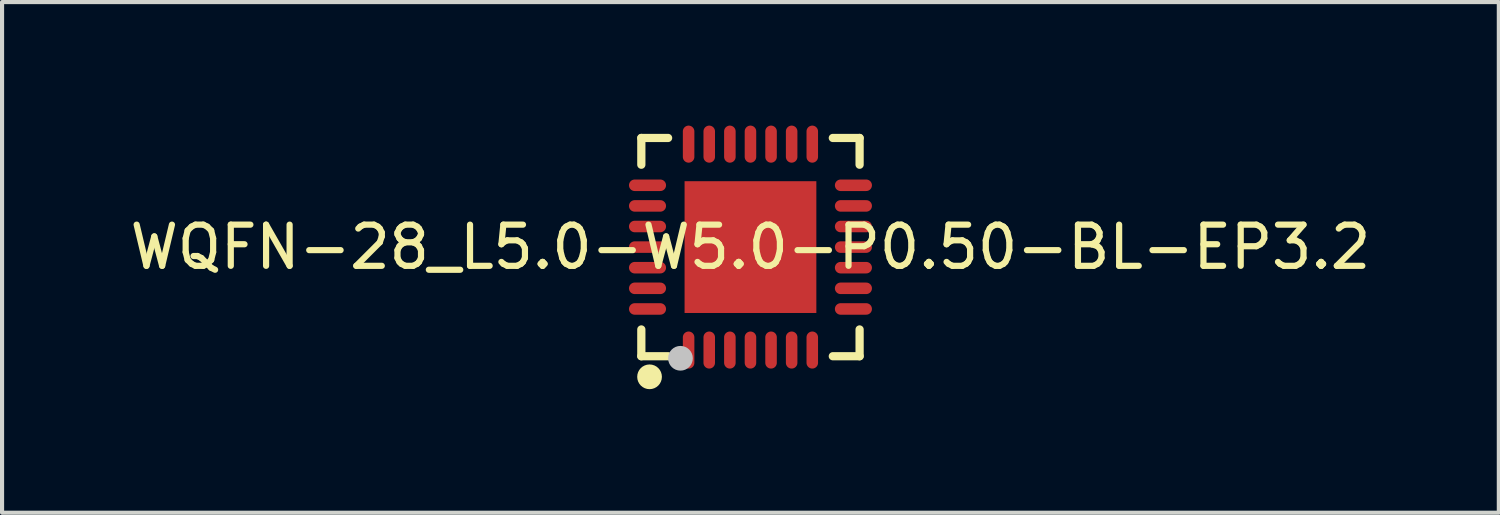
<source format=kicad_pcb>
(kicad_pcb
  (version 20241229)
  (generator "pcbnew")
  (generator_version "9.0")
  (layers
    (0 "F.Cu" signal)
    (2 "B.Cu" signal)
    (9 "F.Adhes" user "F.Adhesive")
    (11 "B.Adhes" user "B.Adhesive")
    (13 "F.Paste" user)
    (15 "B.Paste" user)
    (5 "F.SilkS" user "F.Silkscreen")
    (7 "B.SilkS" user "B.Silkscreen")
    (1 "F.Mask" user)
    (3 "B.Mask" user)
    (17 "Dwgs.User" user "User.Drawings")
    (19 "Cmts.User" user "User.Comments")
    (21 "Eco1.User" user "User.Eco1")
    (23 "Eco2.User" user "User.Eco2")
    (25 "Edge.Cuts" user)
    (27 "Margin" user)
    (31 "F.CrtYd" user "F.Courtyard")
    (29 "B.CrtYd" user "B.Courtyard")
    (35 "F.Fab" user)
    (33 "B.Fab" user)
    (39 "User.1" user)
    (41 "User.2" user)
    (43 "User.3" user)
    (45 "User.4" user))
  (footprint "WQFN-28_L5.0-W5.0-P0.50-BL-EP3.2"
    (layer "F.Cu")
    (at 15.173 2.95)
    (property "Reference" "WQFN-28_L5.0-W5.0-P0.50-BL-EP3.2" (at 0 0 0) (layer "F.SilkS") (effects (font (size 1 1) (thickness 0.15))))
    (fp_line (start -2.65 -2.65) (end -2.65 -2) (stroke (width 0.2) (type default)) (layer "F.SilkS"))
    (fp_line (start -2.65 2.65) (end -2.65 2) (stroke (width 0.2) (type default)) (layer "F.SilkS"))
    (fp_line (start -2 -2.65) (end -2.65 -2.65) (stroke (width 0.2) (type default)) (layer "F.SilkS"))
    (fp_line (start -2 2.65) (end -2.65 2.65) (stroke (width 0.2) (type default)) (layer "F.SilkS"))
    (fp_line (start 2 2.65) (end 2.65 2.65) (stroke (width 0.2) (type default)) (layer "F.SilkS"))
    (fp_line (start 2.65 -2.65) (end 2 -2.65) (stroke (width 0.2) (type default)) (layer "F.SilkS"))
    (fp_line (start 2.65 -2) (end 2.65 -2.65) (stroke (width 0.2) (type default)) (layer "F.SilkS"))
    (fp_line (start 2.65 2.65) (end 2.65 2) (stroke (width 0.2) (type default)) (layer "F.SilkS"))
    (fp_arc (start -2.449 3) (mid -2.44975 3.300003) (end -2.4515 3) (stroke (width 0.3) (type default)) (layer "F.SilkS"))
    (fp_poly (pts (xy 1.28 1.28) (xy 1.28 -1.28) (xy -1.28 -1.28) (xy -1.28 1.28)) (stroke (width 0) (type default)) (fill yes) (layer "F.Paste"))
    (fp_poly (pts (xy -2.817 -1.641) (xy -2.825 -1.64) (xy -2.833 -1.639) (xy -2.841 -1.637) (xy -2.848 -1.635) (xy -2.856 -1.633) (xy -2.862 -1.631) (xy -2.869 -1.627) (xy -2.877 -1.624) (xy -2.884 -1.621) (xy -2.89 -1.616) (xy -2.896 -1.611) (xy -2.902 -1.607) (xy -2.908 -1.601) (xy -2.913 -1.596) (xy -2.918 -1.59) (xy -2.923 -1.584) (xy -2.927 -1.577) (xy -2.931 -1.571) (xy -2.935 -1.564) (xy -2.938 -1.557) (xy -2.941 -1.55) (xy -2.943 -1.543) (xy -2.946 -1.536) (xy -2.947 -1.528) (xy -2.949 -1.52) (xy -2.95 -1.512) (xy -2.95 -1.505) (xy -2.95 -1.497) (xy -2.95 -1.49) (xy -2.949 -1.482) (xy -2.947 -1.474) (xy -2.946 -1.466) (xy -2.943 -1.459) (xy -2.941 -1.452) (xy -2.938 -1.445) (xy -2.935 -1.438) (xy -2.931 -1.431) (xy -2.927 -1.425) (xy -2.923 -1.418) (xy -2.918 -1.412) (xy -2.913 -1.406) (xy -2.908 -1.401) (xy -2.902 -1.395) (xy -2.896 -1.391) (xy -2.89 -1.386) (xy -2.884 -1.381) (xy -2.877 -1.378) (xy -2.869 -1.375) (xy -2.862 -1.371) (xy -2.856 -1.369) (xy -2.848 -1.367) (xy -2.841 -1.365) (xy -2.833 -1.363) (xy -2.825 -1.362) (xy -2.817 -1.361) (xy -2.81 -1.361) (xy -2.19 -1.361) (xy -2.183 -1.361) (xy -2.175 -1.362) (xy -2.167 -1.363) (xy -2.159 -1.365) (xy -2.152 -1.367) (xy -2.144 -1.369) (xy -2.138 -1.371) (xy -2.13 -1.375) (xy -2.123 -1.378) (xy -2.116 -1.381) (xy -2.11 -1.386) (xy -2.104 -1.391) (xy -2.098 -1.395) (xy -2.092 -1.401) (xy -2.087 -1.406) (xy -2.082 -1.412) (xy -2.077 -1.418) (xy -2.073 -1.425) (xy -2.068 -1.431) (xy -2.065 -1.438) (xy -2.062 -1.445) (xy -2.059 -1.452) (xy -2.057 -1.459) (xy -2.054 -1.466) (xy -2.053 -1.474) (xy -2.051 -1.482) (xy -2.05 -1.49) (xy -2.05 -1.497) (xy -2.05 -1.505) (xy -2.05 -1.512) (xy -2.051 -1.52) (xy -2.053 -1.528) (xy -2.054 -1.536) (xy -2.057 -1.543) (xy -2.059 -1.55) (xy -2.062 -1.557) (xy -2.065 -1.564) (xy -2.068 -1.571) (xy -2.073 -1.577) (xy -2.077 -1.584) (xy -2.082 -1.59) (xy -2.087 -1.596) (xy -2.092 -1.601) (xy -2.098 -1.607) (xy -2.104 -1.611) (xy -2.11 -1.616) (xy -2.116 -1.621) (xy -2.123 -1.624) (xy -2.13 -1.627) (xy -2.138 -1.631) (xy -2.144 -1.633) (xy -2.152 -1.635) (xy -2.159 -1.637) (xy -2.167 -1.639) (xy -2.175 -1.64) (xy -2.183 -1.641) (xy -2.19 -1.641) (xy -2.81 -1.641)) (stroke (width 0) (type default)) (fill yes) (layer "F.Paste"))
    (fp_poly (pts (xy -2.817 0.861) (xy -2.825 0.862) (xy -2.833 0.863) (xy -2.841 0.865) (xy -2.848 0.866) (xy -2.856 0.869) (xy -2.862 0.871) (xy -2.869 0.875) (xy -2.877 0.877) (xy -2.884 0.881) (xy -2.89 0.886) (xy -2.896 0.89) (xy -2.902 0.895) (xy -2.908 0.9) (xy -2.913 0.906) (xy -2.918 0.912) (xy -2.923 0.918) (xy -2.927 0.924) (xy -2.931 0.931) (xy -2.935 0.938) (xy -2.938 0.945) (xy -2.941 0.952) (xy -2.943 0.959) (xy -2.946 0.967) (xy -2.947 0.974) (xy -2.949 0.982) (xy -2.95 0.99) (xy -2.95 0.997) (xy -2.95 1.004) (xy -2.95 1.012) (xy -2.949 1.02) (xy -2.947 1.028) (xy -2.946 1.036) (xy -2.943 1.042) (xy -2.941 1.05) (xy -2.938 1.057) (xy -2.935 1.064) (xy -2.931 1.071) (xy -2.927 1.077) (xy -2.923 1.084) (xy -2.918 1.09) (xy -2.913 1.095) (xy -2.908 1.101) (xy -2.902 1.107) (xy -2.896 1.111) (xy -2.89 1.116) (xy -2.884 1.12) (xy -2.877 1.124) (xy -2.869 1.127) (xy -2.862 1.131) (xy -2.856 1.133) (xy -2.848 1.135) (xy -2.841 1.137) (xy -2.833 1.139) (xy -2.825 1.14) (xy -2.817 1.141) (xy -2.81 1.141) (xy -2.19 1.141) (xy -2.183 1.141) (xy -2.175 1.14) (xy -2.167 1.139) (xy -2.159 1.137) (xy -2.152 1.135) (xy -2.144 1.133) (xy -2.138 1.131) (xy -2.13 1.127) (xy -2.123 1.124) (xy -2.116 1.12) (xy -2.11 1.116) (xy -2.104 1.111) (xy -2.098 1.107) (xy -2.092 1.101) (xy -2.087 1.095) (xy -2.082 1.09) (xy -2.077 1.084) (xy -2.073 1.077) (xy -2.068 1.071) (xy -2.065 1.064) (xy -2.062 1.057) (xy -2.059 1.05) (xy -2.057 1.042) (xy -2.054 1.036) (xy -2.053 1.028) (xy -2.051 1.02) (xy -2.05 1.012) (xy -2.05 1.004) (xy -2.05 0.997) (xy -2.05 0.99) (xy -2.051 0.982) (xy -2.053 0.974) (xy -2.054 0.967) (xy -2.057 0.959) (xy -2.059 0.952) (xy -2.062 0.945) (xy -2.065 0.938) (xy -2.068 0.931) (xy -2.073 0.924) (xy -2.077 0.918) (xy -2.082 0.912) (xy -2.087 0.906) (xy -2.092 0.9) (xy -2.098 0.895) (xy -2.104 0.89) (xy -2.11 0.886) (xy -2.116 0.881) (xy -2.123 0.877) (xy -2.13 0.875) (xy -2.138 0.871) (xy -2.144 0.869) (xy -2.152 0.866) (xy -2.159 0.865) (xy -2.167 0.863) (xy -2.175 0.862) (xy -2.183 0.861) (xy -2.19 0.861) (xy -2.81 0.861)) (stroke (width 0) (type default)) (fill yes) (layer "F.Paste"))
    (fp_poly (pts (xy -2.817 1.361) (xy -2.825 1.362) (xy -2.833 1.363) (xy -2.841 1.365) (xy -2.848 1.367) (xy -2.856 1.369) (xy -2.862 1.371) (xy -2.869 1.375) (xy -2.877 1.378) (xy -2.884 1.382) (xy -2.89 1.386) (xy -2.896 1.391) (xy -2.902 1.395) (xy -2.908 1.401) (xy -2.913 1.407) (xy -2.918 1.413) (xy -2.923 1.419) (xy -2.927 1.425) (xy -2.931 1.431) (xy -2.935 1.438) (xy -2.938 1.445) (xy -2.941 1.452) (xy -2.943 1.46) (xy -2.946 1.467) (xy -2.947 1.474) (xy -2.949 1.482) (xy -2.95 1.49) (xy -2.95 1.498) (xy -2.95 1.505) (xy -2.95 1.513) (xy -2.949 1.52) (xy -2.947 1.528) (xy -2.946 1.536) (xy -2.943 1.543) (xy -2.941 1.55) (xy -2.938 1.558) (xy -2.935 1.565) (xy -2.931 1.571) (xy -2.927 1.578) (xy -2.923 1.584) (xy -2.918 1.591) (xy -2.913 1.596) (xy -2.908 1.601) (xy -2.902 1.607) (xy -2.896 1.612) (xy -2.89 1.617) (xy -2.884 1.621) (xy -2.877 1.625) (xy -2.869 1.628) (xy -2.862 1.631) (xy -2.856 1.633) (xy -2.848 1.636) (xy -2.841 1.638) (xy -2.833 1.639) (xy -2.825 1.641) (xy -2.817 1.641) (xy -2.81 1.641) (xy -2.19 1.641) (xy -2.183 1.641) (xy -2.175 1.641) (xy -2.167 1.639) (xy -2.159 1.638) (xy -2.152 1.636) (xy -2.144 1.633) (xy -2.138 1.631) (xy -2.13 1.628) (xy -2.123 1.625) (xy -2.116 1.621) (xy -2.11 1.617) (xy -2.104 1.612) (xy -2.098 1.607) (xy -2.092 1.601) (xy -2.087 1.596) (xy -2.082 1.591) (xy -2.077 1.584) (xy -2.073 1.578) (xy -2.068 1.571) (xy -2.065 1.565) (xy -2.062 1.558) (xy -2.059 1.55) (xy -2.057 1.543) (xy -2.054 1.536) (xy -2.053 1.528) (xy -2.051 1.52) (xy -2.05 1.513) (xy -2.05 1.505) (xy -2.05 1.498) (xy -2.05 1.49) (xy -2.051 1.482) (xy -2.053 1.474) (xy -2.054 1.467) (xy -2.057 1.46) (xy -2.059 1.452) (xy -2.062 1.445) (xy -2.065 1.438) (xy -2.068 1.431) (xy -2.073 1.425) (xy -2.077 1.419) (xy -2.082 1.413) (xy -2.087 1.407) (xy -2.092 1.401) (xy -2.098 1.395) (xy -2.104 1.391) (xy -2.11 1.386) (xy -2.116 1.382) (xy -2.123 1.378) (xy -2.13 1.375) (xy -2.138 1.371) (xy -2.144 1.369) (xy -2.152 1.367) (xy -2.159 1.365) (xy -2.167 1.363) (xy -2.175 1.362) (xy -2.183 1.361) (xy -2.19 1.361) (xy -2.81 1.361)) (stroke (width 0) (type default)) (fill yes) (layer "F.Paste"))
    (fp_poly (pts (xy -2.175 -1.14) (xy -2.183 -1.141) (xy -2.19 -1.141) (xy -2.81 -1.141) (xy -2.817 -1.141) (xy -2.825 -1.14) (xy -2.833 -1.139) (xy -2.841 -1.137) (xy -2.848 -1.135) (xy -2.856 -1.133) (xy -2.862 -1.131) (xy -2.869 -1.127) (xy -2.877 -1.124) (xy -2.884 -1.12) (xy -2.89 -1.115) (xy -2.896 -1.111) (xy -2.902 -1.106) (xy -2.908 -1.101) (xy -2.913 -1.095) (xy -2.918 -1.089) (xy -2.923 -1.083) (xy -2.927 -1.077) (xy -2.931 -1.071) (xy -2.935 -1.064) (xy -2.938 -1.057) (xy -2.941 -1.05) (xy -2.943 -1.042) (xy -2.946 -1.035) (xy -2.947 -1.028) (xy -2.949 -1.02) (xy -2.95 -1.012) (xy -2.95 -1.004) (xy -2.95 -0.997) (xy -2.95 -0.989) (xy -2.949 -0.982) (xy -2.947 -0.974) (xy -2.946 -0.967) (xy -2.943 -0.959) (xy -2.941 -0.952) (xy -2.938 -0.945) (xy -2.935 -0.938) (xy -2.931 -0.93) (xy -2.927 -0.924) (xy -2.923 -0.917) (xy -2.918 -0.911) (xy -2.913 -0.906) (xy -2.908 -0.9) (xy -2.902 -0.895) (xy -2.896 -0.89) (xy -2.89 -0.885) (xy -2.884 -0.881) (xy -2.877 -0.877) (xy -2.869 -0.874) (xy -2.862 -0.871) (xy -2.856 -0.868) (xy -2.848 -0.866) (xy -2.841 -0.864) (xy -2.833 -0.863) (xy -2.825 -0.862) (xy -2.817 -0.861) (xy -2.81 -0.861) (xy -2.19 -0.861) (xy -2.183 -0.861) (xy -2.175 -0.862) (xy -2.167 -0.863) (xy -2.159 -0.864) (xy -2.152 -0.866) (xy -2.144 -0.868) (xy -2.138 -0.871) (xy -2.13 -0.874) (xy -2.123 -0.877) (xy -2.116 -0.881) (xy -2.11 -0.885) (xy -2.104 -0.89) (xy -2.098 -0.895) (xy -2.092 -0.9) (xy -2.087 -0.906) (xy -2.082 -0.911) (xy -2.077 -0.917) (xy -2.073 -0.924) (xy -2.068 -0.93) (xy -2.065 -0.938) (xy -2.062 -0.945) (xy -2.059 -0.952) (xy -2.057 -0.959) (xy -2.054 -0.967) (xy -2.053 -0.974) (xy -2.051 -0.982) (xy -2.05 -0.989) (xy -2.05 -0.997) (xy -2.05 -1.004) (xy -2.05 -1.012) (xy -2.051 -1.02) (xy -2.053 -1.028) (xy -2.054 -1.035) (xy -2.057 -1.042) (xy -2.059 -1.05) (xy -2.062 -1.057) (xy -2.065 -1.064) (xy -2.068 -1.071) (xy -2.073 -1.077) (xy -2.077 -1.083) (xy -2.082 -1.089) (xy -2.087 -1.095) (xy -2.092 -1.101) (xy -2.098 -1.106) (xy -2.104 -1.111) (xy -2.11 -1.115) (xy -2.116 -1.12) (xy -2.123 -1.124) (xy -2.13 -1.127) (xy -2.138 -1.131) (xy -2.144 -1.133) (xy -2.152 -1.135) (xy -2.159 -1.137) (xy -2.167 -1.139)) (stroke (width 0) (type default)) (fill yes) (layer "F.Paste"))
    (fp_poly (pts (xy -2.175 -0.639) (xy -2.183 -0.64) (xy -2.19 -0.64) (xy -2.81 -0.64) (xy -2.817 -0.64) (xy -2.825 -0.639) (xy -2.833 -0.638) (xy -2.841 -0.637) (xy -2.848 -0.635) (xy -2.856 -0.632) (xy -2.862 -0.63) (xy -2.869 -0.627) (xy -2.877 -0.624) (xy -2.884 -0.62) (xy -2.89 -0.616) (xy -2.896 -0.611) (xy -2.902 -0.606) (xy -2.908 -0.601) (xy -2.913 -0.595) (xy -2.918 -0.59) (xy -2.923 -0.583) (xy -2.927 -0.577) (xy -2.931 -0.571) (xy -2.935 -0.564) (xy -2.938 -0.556) (xy -2.941 -0.549) (xy -2.943 -0.542) (xy -2.946 -0.534) (xy -2.947 -0.527) (xy -2.949 -0.519) (xy -2.95 -0.512) (xy -2.95 -0.504) (xy -2.95 -0.496) (xy -2.95 -0.488) (xy -2.949 -0.481) (xy -2.947 -0.473) (xy -2.946 -0.466) (xy -2.943 -0.459) (xy -2.941 -0.451) (xy -2.938 -0.444) (xy -2.935 -0.437) (xy -2.931 -0.43) (xy -2.927 -0.423) (xy -2.923 -0.417) (xy -2.918 -0.411) (xy -2.913 -0.406) (xy -2.908 -0.4) (xy -2.902 -0.395) (xy -2.896 -0.39) (xy -2.89 -0.385) (xy -2.884 -0.381) (xy -2.877 -0.377) (xy -2.869 -0.373) (xy -2.862 -0.37) (xy -2.856 -0.368) (xy -2.848 -0.365) (xy -2.841 -0.363) (xy -2.833 -0.362) (xy -2.825 -0.361) (xy -2.817 -0.36) (xy -2.81 -0.36) (xy -2.19 -0.36) (xy -2.183 -0.36) (xy -2.175 -0.361) (xy -2.167 -0.362) (xy -2.159 -0.363) (xy -2.152 -0.365) (xy -2.144 -0.368) (xy -2.138 -0.37) (xy -2.13 -0.373) (xy -2.123 -0.377) (xy -2.116 -0.381) (xy -2.11 -0.385) (xy -2.104 -0.39) (xy -2.098 -0.395) (xy -2.092 -0.4) (xy -2.087 -0.406) (xy -2.082 -0.411) (xy -2.077 -0.417) (xy -2.073 -0.423) (xy -2.068 -0.43) (xy -2.065 -0.437) (xy -2.062 -0.444) (xy -2.059 -0.451) (xy -2.057 -0.459) (xy -2.054 -0.466) (xy -2.053 -0.473) (xy -2.051 -0.481) (xy -2.05 -0.488) (xy -2.05 -0.496) (xy -2.05 -0.504) (xy -2.05 -0.512) (xy -2.051 -0.519) (xy -2.053 -0.527) (xy -2.054 -0.534) (xy -2.057 -0.542) (xy -2.059 -0.549) (xy -2.062 -0.556) (xy -2.065 -0.564) (xy -2.068 -0.571) (xy -2.073 -0.577) (xy -2.077 -0.583) (xy -2.082 -0.59) (xy -2.087 -0.595) (xy -2.092 -0.601) (xy -2.098 -0.606) (xy -2.104 -0.611) (xy -2.11 -0.616) (xy -2.116 -0.62) (xy -2.123 -0.624) (xy -2.13 -0.627) (xy -2.138 -0.63) (xy -2.144 -0.632) (xy -2.152 -0.635) (xy -2.159 -0.637) (xy -2.167 -0.638)) (stroke (width 0) (type default)) (fill yes) (layer "F.Paste"))
    (fp_poly (pts (xy -2.175 -0.139) (xy -2.183 -0.14) (xy -2.19 -0.14) (xy -2.81 -0.14) (xy -2.817 -0.14) (xy -2.825 -0.139) (xy -2.833 -0.138) (xy -2.841 -0.137) (xy -2.848 -0.135) (xy -2.856 -0.133) (xy -2.862 -0.13) (xy -2.869 -0.127) (xy -2.877 -0.123) (xy -2.884 -0.119) (xy -2.89 -0.115) (xy -2.896 -0.111) (xy -2.902 -0.105) (xy -2.908 -0.1) (xy -2.913 -0.095) (xy -2.918 -0.089) (xy -2.923 -0.083) (xy -2.927 -0.076) (xy -2.931 -0.07) (xy -2.935 -0.063) (xy -2.938 -0.056) (xy -2.941 -0.049) (xy -2.943 -0.042) (xy -2.946 -0.034) (xy -2.947 -0.026) (xy -2.949 -0.019) (xy -2.95 -0.011) (xy -2.95 -0.004) (xy -2.95 0.004) (xy -2.95 0.011) (xy -2.949 0.019) (xy -2.947 0.027) (xy -2.946 0.035) (xy -2.943 0.042) (xy -2.941 0.049) (xy -2.938 0.057) (xy -2.935 0.064) (xy -2.931 0.07) (xy -2.927 0.076) (xy -2.923 0.083) (xy -2.918 0.089) (xy -2.913 0.095) (xy -2.908 0.101) (xy -2.902 0.105) (xy -2.896 0.111) (xy -2.89 0.115) (xy -2.884 0.119) (xy -2.877 0.123) (xy -2.869 0.127) (xy -2.862 0.13) (xy -2.856 0.133) (xy -2.848 0.135) (xy -2.841 0.137) (xy -2.833 0.138) (xy -2.825 0.14) (xy -2.817 0.14) (xy -2.81 0.14) (xy -2.19 0.14) (xy -2.183 0.14) (xy -2.175 0.14) (xy -2.167 0.138) (xy -2.159 0.137) (xy -2.152 0.135) (xy -2.144 0.133) (xy -2.138 0.13) (xy -2.13 0.127) (xy -2.123 0.123) (xy -2.116 0.119) (xy -2.11 0.115) (xy -2.104 0.111) (xy -2.098 0.105) (xy -2.092 0.101) (xy -2.087 0.095) (xy -2.082 0.089) (xy -2.077 0.083) (xy -2.073 0.076) (xy -2.068 0.07) (xy -2.065 0.064) (xy -2.062 0.057) (xy -2.059 0.049) (xy -2.057 0.042) (xy -2.054 0.035) (xy -2.053 0.027) (xy -2.051 0.019) (xy -2.05 0.011) (xy -2.05 0.004) (xy -2.05 -0.004) (xy -2.05 -0.011) (xy -2.051 -0.019) (xy -2.053 -0.026) (xy -2.054 -0.034) (xy -2.057 -0.042) (xy -2.059 -0.049) (xy -2.062 -0.056) (xy -2.065 -0.063) (xy -2.068 -0.07) (xy -2.073 -0.076) (xy -2.077 -0.083) (xy -2.082 -0.089) (xy -2.087 -0.095) (xy -2.092 -0.1) (xy -2.098 -0.105) (xy -2.104 -0.111) (xy -2.11 -0.115) (xy -2.116 -0.119) (xy -2.123 -0.123) (xy -2.13 -0.127) (xy -2.138 -0.13) (xy -2.144 -0.133) (xy -2.152 -0.135) (xy -2.159 -0.137) (xy -2.167 -0.138)) (stroke (width 0) (type default)) (fill yes) (layer "F.Paste"))
    (fp_poly (pts (xy -2.175 0.361) (xy -2.183 0.36) (xy -2.19 0.36) (xy -2.81 0.36) (xy -2.817 0.36) (xy -2.825 0.361) (xy -2.833 0.362) (xy -2.841 0.364) (xy -2.848 0.366) (xy -2.856 0.368) (xy -2.862 0.371) (xy -2.869 0.374) (xy -2.877 0.378) (xy -2.884 0.381) (xy -2.89 0.386) (xy -2.896 0.39) (xy -2.902 0.395) (xy -2.908 0.4) (xy -2.913 0.406) (xy -2.918 0.411) (xy -2.923 0.417) (xy -2.927 0.424) (xy -2.931 0.43) (xy -2.935 0.438) (xy -2.938 0.445) (xy -2.941 0.452) (xy -2.943 0.459) (xy -2.946 0.466) (xy -2.947 0.473) (xy -2.949 0.481) (xy -2.95 0.489) (xy -2.95 0.496) (xy -2.95 0.504) (xy -2.95 0.512) (xy -2.949 0.519) (xy -2.947 0.527) (xy -2.946 0.535) (xy -2.943 0.542) (xy -2.941 0.549) (xy -2.938 0.556) (xy -2.935 0.564) (xy -2.931 0.571) (xy -2.927 0.577) (xy -2.923 0.584) (xy -2.918 0.59) (xy -2.913 0.596) (xy -2.908 0.601) (xy -2.902 0.606) (xy -2.896 0.611) (xy -2.89 0.616) (xy -2.884 0.62) (xy -2.877 0.624) (xy -2.869 0.627) (xy -2.862 0.63) (xy -2.856 0.633) (xy -2.848 0.635) (xy -2.841 0.637) (xy -2.833 0.638) (xy -2.825 0.639) (xy -2.817 0.64) (xy -2.81 0.64) (xy -2.19 0.64) (xy -2.183 0.64) (xy -2.175 0.639) (xy -2.167 0.638) (xy -2.159 0.637) (xy -2.152 0.635) (xy -2.144 0.633) (xy -2.138 0.63) (xy -2.13 0.627) (xy -2.123 0.624) (xy -2.116 0.62) (xy -2.11 0.616) (xy -2.104 0.611) (xy -2.098 0.606) (xy -2.092 0.601) (xy -2.087 0.596) (xy -2.082 0.59) (xy -2.077 0.584) (xy -2.073 0.577) (xy -2.068 0.571) (xy -2.065 0.564) (xy -2.062 0.556) (xy -2.059 0.549) (xy -2.057 0.542) (xy -2.054 0.535) (xy -2.053 0.527) (xy -2.051 0.519) (xy -2.05 0.512) (xy -2.05 0.504) (xy -2.05 0.496) (xy -2.05 0.489) (xy -2.051 0.481) (xy -2.053 0.473) (xy -2.054 0.466) (xy -2.057 0.459) (xy -2.059 0.452) (xy -2.062 0.445) (xy -2.065 0.438) (xy -2.068 0.43) (xy -2.073 0.424) (xy -2.077 0.417) (xy -2.082 0.411) (xy -2.087 0.406) (xy -2.092 0.4) (xy -2.098 0.395) (xy -2.104 0.39) (xy -2.11 0.386) (xy -2.116 0.381) (xy -2.123 0.378) (xy -2.13 0.374) (xy -2.138 0.371) (xy -2.144 0.368) (xy -2.152 0.366) (xy -2.159 0.364) (xy -2.167 0.362)) (stroke (width 0) (type default)) (fill yes) (layer "F.Paste"))
    (fp_poly (pts (xy -1.505 -2.95) (xy -1.513 -2.95) (xy -1.52 -2.949) (xy -1.528 -2.947) (xy -1.536 -2.946) (xy -1.543 -2.943) (xy -1.55 -2.941) (xy -1.558 -2.938) (xy -1.565 -2.935) (xy -1.571 -2.931) (xy -1.578 -2.927) (xy -1.584 -2.923) (xy -1.591 -2.918) (xy -1.596 -2.913) (xy -1.601 -2.908) (xy -1.607 -2.902) (xy -1.612 -2.896) (xy -1.617 -2.89) (xy -1.621 -2.884) (xy -1.625 -2.877) (xy -1.628 -2.869) (xy -1.631 -2.862) (xy -1.633 -2.856) (xy -1.636 -2.848) (xy -1.638 -2.841) (xy -1.639 -2.833) (xy -1.641 -2.825) (xy -1.641 -2.817) (xy -1.641 -2.81) (xy -1.641 -2.19) (xy -1.641 -2.183) (xy -1.641 -2.175) (xy -1.639 -2.167) (xy -1.638 -2.159) (xy -1.636 -2.152) (xy -1.633 -2.144) (xy -1.631 -2.138) (xy -1.628 -2.131) (xy -1.625 -2.123) (xy -1.621 -2.116) (xy -1.617 -2.11) (xy -1.612 -2.104) (xy -1.607 -2.098) (xy -1.601 -2.092) (xy -1.596 -2.087) (xy -1.591 -2.082) (xy -1.584 -2.077) (xy -1.578 -2.073) (xy -1.571 -2.069) (xy -1.565 -2.065) (xy -1.558 -2.062) (xy -1.55 -2.059) (xy -1.543 -2.057) (xy -1.536 -2.054) (xy -1.528 -2.053) (xy -1.52 -2.051) (xy -1.513 -2.05) (xy -1.505 -2.05) (xy -1.498 -2.05) (xy -1.49 -2.05) (xy -1.482 -2.051) (xy -1.474 -2.053) (xy -1.467 -2.054) (xy -1.46 -2.057) (xy -1.452 -2.059) (xy -1.445 -2.062) (xy -1.438 -2.065) (xy -1.431 -2.069) (xy -1.425 -2.073) (xy -1.419 -2.077) (xy -1.413 -2.082) (xy -1.407 -2.087) (xy -1.401 -2.092) (xy -1.395 -2.098) (xy -1.391 -2.104) (xy -1.386 -2.11) (xy -1.382 -2.116) (xy -1.378 -2.123) (xy -1.375 -2.131) (xy -1.371 -2.138) (xy -1.369 -2.144) (xy -1.367 -2.152) (xy -1.365 -2.159) (xy -1.363 -2.167) (xy -1.362 -2.175) (xy -1.361 -2.183) (xy -1.361 -2.19) (xy -1.361 -2.81) (xy -1.361 -2.817) (xy -1.362 -2.825) (xy -1.363 -2.833) (xy -1.365 -2.841) (xy -1.367 -2.848) (xy -1.369 -2.856) (xy -1.371 -2.862) (xy -1.375 -2.869) (xy -1.378 -2.877) (xy -1.382 -2.884) (xy -1.386 -2.89) (xy -1.391 -2.896) (xy -1.395 -2.902) (xy -1.401 -2.908) (xy -1.407 -2.913) (xy -1.413 -2.918) (xy -1.419 -2.923) (xy -1.425 -2.927) (xy -1.431 -2.931) (xy -1.438 -2.935) (xy -1.445 -2.938) (xy -1.452 -2.941) (xy -1.46 -2.943) (xy -1.467 -2.946) (xy -1.474 -2.947) (xy -1.482 -2.949) (xy -1.49 -2.95) (xy -1.498 -2.95)) (stroke (width 0) (type default)) (fill yes) (layer "F.Paste"))
    (fp_poly (pts (xy -1.505 2.05) (xy -1.513 2.05) (xy -1.52 2.051) (xy -1.528 2.053) (xy -1.536 2.054) (xy -1.543 2.057) (xy -1.55 2.059) (xy -1.558 2.062) (xy -1.565 2.065) (xy -1.571 2.069) (xy -1.578 2.073) (xy -1.584 2.077) (xy -1.591 2.082) (xy -1.596 2.087) (xy -1.601 2.092) (xy -1.607 2.098) (xy -1.612 2.104) (xy -1.617 2.11) (xy -1.621 2.116) (xy -1.625 2.123) (xy -1.628 2.131) (xy -1.631 2.138) (xy -1.633 2.144) (xy -1.636 2.152) (xy -1.638 2.159) (xy -1.639 2.167) (xy -1.641 2.175) (xy -1.641 2.183) (xy -1.641 2.19) (xy -1.641 2.81) (xy -1.641 2.817) (xy -1.641 2.825) (xy -1.639 2.833) (xy -1.638 2.841) (xy -1.636 2.848) (xy -1.633 2.856) (xy -1.631 2.862) (xy -1.628 2.869) (xy -1.625 2.877) (xy -1.621 2.884) (xy -1.617 2.89) (xy -1.612 2.896) (xy -1.607 2.902) (xy -1.601 2.908) (xy -1.596 2.913) (xy -1.591 2.918) (xy -1.584 2.923) (xy -1.578 2.927) (xy -1.571 2.932) (xy -1.565 2.935) (xy -1.558 2.938) (xy -1.55 2.941) (xy -1.543 2.943) (xy -1.536 2.946) (xy -1.528 2.947) (xy -1.52 2.949) (xy -1.513 2.95) (xy -1.505 2.95) (xy -1.498 2.95) (xy -1.49 2.95) (xy -1.482 2.949) (xy -1.474 2.947) (xy -1.467 2.946) (xy -1.46 2.943) (xy -1.452 2.941) (xy -1.445 2.938) (xy -1.438 2.935) (xy -1.431 2.932) (xy -1.425 2.927) (xy -1.419 2.923) (xy -1.413 2.918) (xy -1.407 2.913) (xy -1.401 2.908) (xy -1.395 2.902) (xy -1.391 2.896) (xy -1.386 2.89) (xy -1.382 2.884) (xy -1.378 2.877) (xy -1.375 2.869) (xy -1.371 2.862) (xy -1.369 2.856) (xy -1.367 2.848) (xy -1.365 2.841) (xy -1.363 2.833) (xy -1.362 2.825) (xy -1.361 2.817) (xy -1.361 2.81) (xy -1.361 2.19) (xy -1.361 2.183) (xy -1.362 2.175) (xy -1.363 2.167) (xy -1.365 2.159) (xy -1.367 2.152) (xy -1.369 2.144) (xy -1.371 2.138) (xy -1.375 2.131) (xy -1.378 2.123) (xy -1.382 2.116) (xy -1.386 2.11) (xy -1.391 2.104) (xy -1.395 2.098) (xy -1.401 2.092) (xy -1.407 2.087) (xy -1.413 2.082) (xy -1.419 2.077) (xy -1.425 2.073) (xy -1.431 2.069) (xy -1.438 2.065) (xy -1.445 2.062) (xy -1.452 2.059) (xy -1.46 2.057) (xy -1.467 2.054) (xy -1.474 2.053) (xy -1.482 2.051) (xy -1.49 2.05) (xy -1.498 2.05)) (stroke (width 0) (type default)) (fill yes) (layer "F.Paste"))
    (fp_poly (pts (xy -1.004 -2.95) (xy -1.012 -2.95) (xy -1.02 -2.949) (xy -1.028 -2.947) (xy -1.036 -2.946) (xy -1.042 -2.943) (xy -1.05 -2.941) (xy -1.057 -2.938) (xy -1.064 -2.935) (xy -1.071 -2.931) (xy -1.077 -2.927) (xy -1.084 -2.923) (xy -1.09 -2.918) (xy -1.095 -2.913) (xy -1.101 -2.908) (xy -1.107 -2.902) (xy -1.111 -2.896) (xy -1.116 -2.89) (xy -1.12 -2.884) (xy -1.124 -2.877) (xy -1.127 -2.869) (xy -1.131 -2.862) (xy -1.133 -2.856) (xy -1.135 -2.848) (xy -1.137 -2.841) (xy -1.139 -2.833) (xy -1.14 -2.825) (xy -1.141 -2.817) (xy -1.141 -2.81) (xy -1.141 -2.19) (xy -1.141 -2.183) (xy -1.14 -2.175) (xy -1.139 -2.167) (xy -1.137 -2.159) (xy -1.135 -2.152) (xy -1.133 -2.144) (xy -1.131 -2.138) (xy -1.127 -2.131) (xy -1.124 -2.123) (xy -1.12 -2.116) (xy -1.116 -2.11) (xy -1.111 -2.104) (xy -1.107 -2.098) (xy -1.101 -2.092) (xy -1.095 -2.087) (xy -1.09 -2.082) (xy -1.084 -2.077) (xy -1.077 -2.073) (xy -1.071 -2.069) (xy -1.064 -2.065) (xy -1.057 -2.062) (xy -1.05 -2.059) (xy -1.042 -2.057) (xy -1.036 -2.054) (xy -1.028 -2.053) (xy -1.02 -2.051) (xy -1.012 -2.05) (xy -1.004 -2.05) (xy -0.997 -2.05) (xy -0.99 -2.05) (xy -0.982 -2.051) (xy -0.974 -2.053) (xy -0.967 -2.054) (xy -0.959 -2.057) (xy -0.952 -2.059) (xy -0.945 -2.062) (xy -0.938 -2.065) (xy -0.931 -2.069) (xy -0.924 -2.073) (xy -0.918 -2.077) (xy -0.912 -2.082) (xy -0.906 -2.087) (xy -0.9 -2.092) (xy -0.895 -2.098) (xy -0.89 -2.104) (xy -0.886 -2.11) (xy -0.881 -2.116) (xy -0.877 -2.123) (xy -0.875 -2.131) (xy -0.871 -2.138) (xy -0.869 -2.144) (xy -0.866 -2.152) (xy -0.865 -2.159) (xy -0.863 -2.167) (xy -0.862 -2.175) (xy -0.861 -2.183) (xy -0.861 -2.19) (xy -0.861 -2.81) (xy -0.861 -2.817) (xy -0.862 -2.825) (xy -0.863 -2.833) (xy -0.865 -2.841) (xy -0.866 -2.848) (xy -0.869 -2.856) (xy -0.871 -2.862) (xy -0.875 -2.869) (xy -0.877 -2.877) (xy -0.881 -2.884) (xy -0.886 -2.89) (xy -0.89 -2.896) (xy -0.895 -2.902) (xy -0.9 -2.908) (xy -0.906 -2.913) (xy -0.912 -2.918) (xy -0.918 -2.923) (xy -0.924 -2.927) (xy -0.931 -2.931) (xy -0.938 -2.935) (xy -0.945 -2.938) (xy -0.952 -2.941) (xy -0.959 -2.943) (xy -0.967 -2.946) (xy -0.974 -2.947) (xy -0.982 -2.949) (xy -0.99 -2.95) (xy -0.997 -2.95)) (stroke (width 0) (type default)) (fill yes) (layer "F.Paste"))
    (fp_poly (pts (xy -1.004 2.05) (xy -1.012 2.05) (xy -1.02 2.051) (xy -1.028 2.053) (xy -1.036 2.054) (xy -1.042 2.057) (xy -1.05 2.059) (xy -1.057 2.062) (xy -1.064 2.065) (xy -1.071 2.069) (xy -1.077 2.073) (xy -1.084 2.077) (xy -1.09 2.082) (xy -1.095 2.087) (xy -1.101 2.092) (xy -1.107 2.098) (xy -1.111 2.104) (xy -1.116 2.11) (xy -1.12 2.116) (xy -1.124 2.123) (xy -1.127 2.131) (xy -1.131 2.138) (xy -1.133 2.144) (xy -1.135 2.152) (xy -1.137 2.159) (xy -1.139 2.167) (xy -1.14 2.175) (xy -1.141 2.183) (xy -1.141 2.19) (xy -1.141 2.81) (xy -1.141 2.817) (xy -1.14 2.825) (xy -1.139 2.833) (xy -1.137 2.841) (xy -1.135 2.848) (xy -1.133 2.856) (xy -1.131 2.862) (xy -1.127 2.869) (xy -1.124 2.877) (xy -1.12 2.884) (xy -1.116 2.89) (xy -1.111 2.896) (xy -1.107 2.902) (xy -1.101 2.908) (xy -1.095 2.913) (xy -1.09 2.918) (xy -1.084 2.923) (xy -1.077 2.927) (xy -1.071 2.932) (xy -1.064 2.935) (xy -1.057 2.938) (xy -1.05 2.941) (xy -1.042 2.943) (xy -1.036 2.946) (xy -1.028 2.947) (xy -1.02 2.949) (xy -1.012 2.95) (xy -1.004 2.95) (xy -0.997 2.95) (xy -0.99 2.95) (xy -0.982 2.949) (xy -0.974 2.947) (xy -0.967 2.946) (xy -0.959 2.943) (xy -0.952 2.941) (xy -0.945 2.938) (xy -0.938 2.935) (xy -0.931 2.932) (xy -0.924 2.927) (xy -0.918 2.923) (xy -0.912 2.918) (xy -0.906 2.913) (xy -0.9 2.908) (xy -0.895 2.902) (xy -0.89 2.896) (xy -0.886 2.89) (xy -0.881 2.884) (xy -0.877 2.877) (xy -0.875 2.869) (xy -0.871 2.862) (xy -0.869 2.856) (xy -0.866 2.848) (xy -0.865 2.841) (xy -0.863 2.833) (xy -0.862 2.825) (xy -0.861 2.817) (xy -0.861 2.81) (xy -0.861 2.19) (xy -0.861 2.183) (xy -0.862 2.175) (xy -0.863 2.167) (xy -0.865 2.159) (xy -0.866 2.152) (xy -0.869 2.144) (xy -0.871 2.138) (xy -0.875 2.131) (xy -0.877 2.123) (xy -0.881 2.116) (xy -0.886 2.11) (xy -0.89 2.104) (xy -0.895 2.098) (xy -0.9 2.092) (xy -0.906 2.087) (xy -0.912 2.082) (xy -0.918 2.077) (xy -0.924 2.073) (xy -0.931 2.069) (xy -0.938 2.065) (xy -0.945 2.062) (xy -0.952 2.059) (xy -0.959 2.057) (xy -0.967 2.054) (xy -0.974 2.053) (xy -0.982 2.051) (xy -0.99 2.05) (xy -0.997 2.05)) (stroke (width 0) (type default)) (fill yes) (layer "F.Paste"))
    (fp_poly (pts (xy -0.489 -2.95) (xy -0.496 -2.95) (xy -0.504 -2.95) (xy -0.512 -2.95) (xy -0.519 -2.949) (xy -0.527 -2.947) (xy -0.535 -2.946) (xy -0.542 -2.943) (xy -0.549 -2.941) (xy -0.556 -2.938) (xy -0.564 -2.935) (xy -0.571 -2.931) (xy -0.577 -2.927) (xy -0.584 -2.923) (xy -0.59 -2.918) (xy -0.596 -2.913) (xy -0.601 -2.908) (xy -0.606 -2.902) (xy -0.611 -2.896) (xy -0.616 -2.89) (xy -0.62 -2.884) (xy -0.624 -2.877) (xy -0.627 -2.869) (xy -0.63 -2.862) (xy -0.633 -2.856) (xy -0.635 -2.848) (xy -0.637 -2.841) (xy -0.638 -2.833) (xy -0.639 -2.825) (xy -0.64 -2.817) (xy -0.64 -2.81) (xy -0.64 -2.19) (xy -0.64 -2.183) (xy -0.639 -2.175) (xy -0.638 -2.167) (xy -0.637 -2.159) (xy -0.635 -2.152) (xy -0.633 -2.144) (xy -0.63 -2.138) (xy -0.627 -2.131) (xy -0.624 -2.123) (xy -0.62 -2.116) (xy -0.616 -2.11) (xy -0.611 -2.104) (xy -0.606 -2.098) (xy -0.601 -2.092) (xy -0.596 -2.087) (xy -0.59 -2.082) (xy -0.584 -2.077) (xy -0.577 -2.073) (xy -0.571 -2.069) (xy -0.564 -2.065) (xy -0.556 -2.062) (xy -0.549 -2.059) (xy -0.542 -2.057) (xy -0.535 -2.054) (xy -0.527 -2.053) (xy -0.519 -2.051) (xy -0.512 -2.05) (xy -0.504 -2.05) (xy -0.496 -2.05) (xy -0.489 -2.05) (xy -0.481 -2.051) (xy -0.473 -2.053) (xy -0.466 -2.054) (xy -0.459 -2.057) (xy -0.452 -2.059) (xy -0.445 -2.062) (xy -0.438 -2.065) (xy -0.43 -2.069) (xy -0.424 -2.073) (xy -0.417 -2.077) (xy -0.411 -2.082) (xy -0.406 -2.087) (xy -0.4 -2.092) (xy -0.395 -2.098) (xy -0.39 -2.104) (xy -0.386 -2.11) (xy -0.381 -2.116) (xy -0.378 -2.123) (xy -0.374 -2.131) (xy -0.371 -2.138) (xy -0.368 -2.144) (xy -0.366 -2.152) (xy -0.364 -2.159) (xy -0.362 -2.167) (xy -0.361 -2.175) (xy -0.36 -2.183) (xy -0.36 -2.19) (xy -0.36 -2.81) (xy -0.36 -2.817) (xy -0.361 -2.825) (xy -0.362 -2.833) (xy -0.364 -2.841) (xy -0.366 -2.848) (xy -0.368 -2.856) (xy -0.371 -2.862) (xy -0.374 -2.869) (xy -0.378 -2.877) (xy -0.381 -2.884) (xy -0.386 -2.89) (xy -0.39 -2.896) (xy -0.395 -2.902) (xy -0.4 -2.908) (xy -0.406 -2.913) (xy -0.411 -2.918) (xy -0.417 -2.923) (xy -0.424 -2.927) (xy -0.43 -2.931) (xy -0.438 -2.935) (xy -0.445 -2.938) (xy -0.452 -2.941) (xy -0.459 -2.943) (xy -0.466 -2.946) (xy -0.473 -2.947) (xy -0.481 -2.949)) (stroke (width 0) (type default)) (fill yes) (layer "F.Paste"))
    (fp_poly (pts (xy -0.489 2.05) (xy -0.496 2.05) (xy -0.504 2.05) (xy -0.512 2.05) (xy -0.519 2.051) (xy -0.527 2.053) (xy -0.535 2.054) (xy -0.542 2.057) (xy -0.549 2.059) (xy -0.556 2.062) (xy -0.564 2.065) (xy -0.571 2.069) (xy -0.577 2.073) (xy -0.584 2.077) (xy -0.59 2.082) (xy -0.596 2.087) (xy -0.601 2.092) (xy -0.606 2.098) (xy -0.611 2.104) (xy -0.616 2.11) (xy -0.62 2.116) (xy -0.624 2.123) (xy -0.627 2.131) (xy -0.63 2.138) (xy -0.633 2.144) (xy -0.635 2.152) (xy -0.637 2.159) (xy -0.638 2.167) (xy -0.639 2.175) (xy -0.64 2.183) (xy -0.64 2.19) (xy -0.64 2.81) (xy -0.64 2.817) (xy -0.639 2.825) (xy -0.638 2.833) (xy -0.637 2.841) (xy -0.635 2.848) (xy -0.633 2.856) (xy -0.63 2.862) (xy -0.627 2.869) (xy -0.624 2.877) (xy -0.62 2.884) (xy -0.616 2.89) (xy -0.611 2.896) (xy -0.606 2.902) (xy -0.601 2.908) (xy -0.596 2.913) (xy -0.59 2.918) (xy -0.584 2.923) (xy -0.577 2.927) (xy -0.571 2.932) (xy -0.564 2.935) (xy -0.556 2.938) (xy -0.549 2.941) (xy -0.542 2.943) (xy -0.535 2.946) (xy -0.527 2.947) (xy -0.519 2.949) (xy -0.512 2.95) (xy -0.504 2.95) (xy -0.496 2.95) (xy -0.489 2.95) (xy -0.481 2.949) (xy -0.473 2.947) (xy -0.466 2.946) (xy -0.459 2.943) (xy -0.452 2.941) (xy -0.445 2.938) (xy -0.438 2.935) (xy -0.43 2.932) (xy -0.424 2.927) (xy -0.417 2.923) (xy -0.411 2.918) (xy -0.406 2.913) (xy -0.4 2.908) (xy -0.395 2.902) (xy -0.39 2.896) (xy -0.386 2.89) (xy -0.381 2.884) (xy -0.378 2.877) (xy -0.374 2.869) (xy -0.371 2.862) (xy -0.368 2.856) (xy -0.366 2.848) (xy -0.364 2.841) (xy -0.362 2.833) (xy -0.361 2.825) (xy -0.36 2.817) (xy -0.36 2.81) (xy -0.36 2.19) (xy -0.36 2.183) (xy -0.361 2.175) (xy -0.362 2.167) (xy -0.364 2.159) (xy -0.366 2.152) (xy -0.368 2.144) (xy -0.371 2.138) (xy -0.374 2.131) (xy -0.378 2.123) (xy -0.381 2.116) (xy -0.386 2.11) (xy -0.39 2.104) (xy -0.395 2.098) (xy -0.4 2.092) (xy -0.406 2.087) (xy -0.411 2.082) (xy -0.417 2.077) (xy -0.424 2.073) (xy -0.43 2.069) (xy -0.438 2.065) (xy -0.445 2.062) (xy -0.452 2.059) (xy -0.459 2.057) (xy -0.466 2.054) (xy -0.473 2.053) (xy -0.481 2.051)) (stroke (width 0) (type default)) (fill yes) (layer "F.Paste"))
    (fp_poly (pts (xy 0.011 -2.95) (xy 0.004 -2.95) (xy -0.004 -2.95) (xy -0.011 -2.95) (xy -0.019 -2.949) (xy -0.027 -2.947) (xy -0.035 -2.946) (xy -0.042 -2.943) (xy -0.049 -2.941) (xy -0.057 -2.938) (xy -0.064 -2.935) (xy -0.07 -2.931) (xy -0.076 -2.927) (xy -0.083 -2.923) (xy -0.089 -2.918) (xy -0.095 -2.913) (xy -0.101 -2.908) (xy -0.105 -2.902) (xy -0.111 -2.896) (xy -0.115 -2.89) (xy -0.119 -2.884) (xy -0.123 -2.877) (xy -0.127 -2.869) (xy -0.13 -2.862) (xy -0.133 -2.856) (xy -0.135 -2.848) (xy -0.137 -2.841) (xy -0.138 -2.833) (xy -0.14 -2.825) (xy -0.14 -2.817) (xy -0.14 -2.81) (xy -0.14 -2.19) (xy -0.14 -2.183) (xy -0.14 -2.175) (xy -0.138 -2.167) (xy -0.137 -2.159) (xy -0.135 -2.152) (xy -0.133 -2.144) (xy -0.13 -2.138) (xy -0.127 -2.131) (xy -0.123 -2.123) (xy -0.119 -2.116) (xy -0.115 -2.11) (xy -0.111 -2.104) (xy -0.105 -2.098) (xy -0.101 -2.092) (xy -0.095 -2.087) (xy -0.089 -2.082) (xy -0.083 -2.077) (xy -0.076 -2.073) (xy -0.07 -2.069) (xy -0.064 -2.065) (xy -0.057 -2.062) (xy -0.049 -2.059) (xy -0.042 -2.057) (xy -0.035 -2.054) (xy -0.027 -2.053) (xy -0.019 -2.051) (xy -0.011 -2.05) (xy -0.004 -2.05) (xy 0.004 -2.05) (xy 0.011 -2.05) (xy 0.019 -2.051) (xy 0.026 -2.053) (xy 0.034 -2.054) (xy 0.042 -2.057) (xy 0.049 -2.059) (xy 0.056 -2.062) (xy 0.063 -2.065) (xy 0.07 -2.069) (xy 0.076 -2.073) (xy 0.083 -2.077) (xy 0.089 -2.082) (xy 0.095 -2.087) (xy 0.1 -2.092) (xy 0.105 -2.098) (xy 0.111 -2.104) (xy 0.115 -2.11) (xy 0.119 -2.116) (xy 0.123 -2.123) (xy 0.127 -2.131) (xy 0.13 -2.138) (xy 0.133 -2.144) (xy 0.135 -2.152) (xy 0.137 -2.159) (xy 0.138 -2.167) (xy 0.139 -2.175) (xy 0.14 -2.183) (xy 0.14 -2.19) (xy 0.14 -2.81) (xy 0.14 -2.817) (xy 0.139 -2.825) (xy 0.138 -2.833) (xy 0.137 -2.841) (xy 0.135 -2.848) (xy 0.133 -2.856) (xy 0.13 -2.862) (xy 0.127 -2.869) (xy 0.123 -2.877) (xy 0.119 -2.884) (xy 0.115 -2.89) (xy 0.111 -2.896) (xy 0.105 -2.902) (xy 0.1 -2.908) (xy 0.095 -2.913) (xy 0.089 -2.918) (xy 0.083 -2.923) (xy 0.076 -2.927) (xy 0.07 -2.931) (xy 0.063 -2.935) (xy 0.056 -2.938) (xy 0.049 -2.941) (xy 0.042 -2.943) (xy 0.034 -2.946) (xy 0.026 -2.947) (xy 0.019 -2.949)) (stroke (width 0) (type default)) (fill yes) (layer "F.Paste"))
    (fp_poly (pts (xy 0.011 2.05) (xy 0.004 2.05) (xy -0.004 2.05) (xy -0.011 2.05) (xy -0.019 2.051) (xy -0.027 2.053) (xy -0.035 2.054) (xy -0.042 2.057) (xy -0.049 2.059) (xy -0.057 2.062) (xy -0.064 2.065) (xy -0.07 2.069) (xy -0.076 2.073) (xy -0.083 2.077) (xy -0.089 2.082) (xy -0.095 2.087) (xy -0.101 2.092) (xy -0.105 2.098) (xy -0.111 2.104) (xy -0.115 2.11) (xy -0.119 2.116) (xy -0.123 2.123) (xy -0.127 2.131) (xy -0.13 2.138) (xy -0.133 2.144) (xy -0.135 2.152) (xy -0.137 2.159) (xy -0.138 2.167) (xy -0.14 2.175) (xy -0.14 2.183) (xy -0.14 2.19) (xy -0.14 2.81) (xy -0.14 2.817) (xy -0.14 2.825) (xy -0.138 2.833) (xy -0.137 2.841) (xy -0.135 2.848) (xy -0.133 2.856) (xy -0.13 2.862) (xy -0.127 2.869) (xy -0.123 2.877) (xy -0.119 2.884) (xy -0.115 2.89) (xy -0.111 2.896) (xy -0.105 2.902) (xy -0.101 2.908) (xy -0.095 2.913) (xy -0.089 2.918) (xy -0.083 2.923) (xy -0.076 2.927) (xy -0.07 2.932) (xy -0.064 2.935) (xy -0.057 2.938) (xy -0.049 2.941) (xy -0.042 2.943) (xy -0.035 2.946) (xy -0.027 2.947) (xy -0.019 2.949) (xy -0.011 2.95) (xy -0.004 2.95) (xy 0.004 2.95) (xy 0.011 2.95) (xy 0.019 2.949) (xy 0.026 2.947) (xy 0.034 2.946) (xy 0.042 2.943) (xy 0.049 2.941) (xy 0.056 2.938) (xy 0.063 2.935) (xy 0.07 2.932) (xy 0.076 2.927) (xy 0.083 2.923) (xy 0.089 2.918) (xy 0.095 2.913) (xy 0.1 2.908) (xy 0.105 2.902) (xy 0.111 2.896) (xy 0.115 2.89) (xy 0.119 2.884) (xy 0.123 2.877) (xy 0.127 2.869) (xy 0.13 2.862) (xy 0.133 2.856) (xy 0.135 2.848) (xy 0.137 2.841) (xy 0.138 2.833) (xy 0.139 2.825) (xy 0.14 2.817) (xy 0.14 2.81) (xy 0.14 2.19) (xy 0.14 2.183) (xy 0.139 2.175) (xy 0.138 2.167) (xy 0.137 2.159) (xy 0.135 2.152) (xy 0.133 2.144) (xy 0.13 2.138) (xy 0.127 2.131) (xy 0.123 2.123) (xy 0.119 2.116) (xy 0.115 2.11) (xy 0.111 2.104) (xy 0.105 2.098) (xy 0.1 2.092) (xy 0.095 2.087) (xy 0.089 2.082) (xy 0.083 2.077) (xy 0.076 2.073) (xy 0.07 2.069) (xy 0.063 2.065) (xy 0.056 2.062) (xy 0.049 2.059) (xy 0.042 2.057) (xy 0.034 2.054) (xy 0.026 2.053) (xy 0.019 2.051)) (stroke (width 0) (type default)) (fill yes) (layer "F.Paste"))
    (fp_poly (pts (xy 0.496 -2.95) (xy 0.488 -2.95) (xy 0.481 -2.949) (xy 0.473 -2.947) (xy 0.466 -2.946) (xy 0.459 -2.943) (xy 0.451 -2.941) (xy 0.444 -2.938) (xy 0.437 -2.935) (xy 0.43 -2.931) (xy 0.423 -2.927) (xy 0.417 -2.923) (xy 0.411 -2.918) (xy 0.406 -2.913) (xy 0.4 -2.908) (xy 0.395 -2.902) (xy 0.39 -2.896) (xy 0.385 -2.89) (xy 0.381 -2.884) (xy 0.377 -2.877) (xy 0.373 -2.869) (xy 0.37 -2.862) (xy 0.368 -2.856) (xy 0.365 -2.848) (xy 0.363 -2.841) (xy 0.362 -2.833) (xy 0.361 -2.825) (xy 0.36 -2.817) (xy 0.36 -2.81) (xy 0.36 -2.19) (xy 0.36 -2.183) (xy 0.361 -2.175) (xy 0.362 -2.167) (xy 0.363 -2.159) (xy 0.365 -2.152) (xy 0.368 -2.144) (xy 0.37 -2.138) (xy 0.373 -2.131) (xy 0.377 -2.123) (xy 0.381 -2.116) (xy 0.385 -2.11) (xy 0.39 -2.104) (xy 0.395 -2.098) (xy 0.4 -2.092) (xy 0.406 -2.087) (xy 0.411 -2.082) (xy 0.417 -2.077) (xy 0.423 -2.073) (xy 0.43 -2.069) (xy 0.437 -2.065) (xy 0.444 -2.062) (xy 0.451 -2.059) (xy 0.459 -2.057) (xy 0.466 -2.054) (xy 0.473 -2.053) (xy 0.481 -2.051) (xy 0.488 -2.05) (xy 0.496 -2.05) (xy 0.504 -2.05) (xy 0.512 -2.05) (xy 0.519 -2.051) (xy 0.527 -2.053) (xy 0.534 -2.054) (xy 0.542 -2.057) (xy 0.549 -2.059) (xy 0.556 -2.062) (xy 0.564 -2.065) (xy 0.571 -2.069) (xy 0.577 -2.073) (xy 0.583 -2.077) (xy 0.59 -2.082) (xy 0.595 -2.087) (xy 0.601 -2.092) (xy 0.606 -2.098) (xy 0.611 -2.104) (xy 0.616 -2.11) (xy 0.62 -2.116) (xy 0.624 -2.123) (xy 0.627 -2.131) (xy 0.63 -2.138) (xy 0.632 -2.144) (xy 0.635 -2.152) (xy 0.637 -2.159) (xy 0.638 -2.167) (xy 0.639 -2.175) (xy 0.64 -2.183) (xy 0.64 -2.19) (xy 0.64 -2.81) (xy 0.64 -2.817) (xy 0.639 -2.825) (xy 0.638 -2.833) (xy 0.637 -2.841) (xy 0.635 -2.848) (xy 0.632 -2.856) (xy 0.63 -2.862) (xy 0.627 -2.869) (xy 0.624 -2.877) (xy 0.62 -2.884) (xy 0.616 -2.89) (xy 0.611 -2.896) (xy 0.606 -2.902) (xy 0.601 -2.908) (xy 0.595 -2.913) (xy 0.59 -2.918) (xy 0.583 -2.923) (xy 0.577 -2.927) (xy 0.571 -2.931) (xy 0.564 -2.935) (xy 0.556 -2.938) (xy 0.549 -2.941) (xy 0.542 -2.943) (xy 0.534 -2.946) (xy 0.527 -2.947) (xy 0.519 -2.949) (xy 0.512 -2.95) (xy 0.504 -2.95)) (stroke (width 0) (type default)) (fill yes) (layer "F.Paste"))
    (fp_poly (pts (xy 0.496 2.05) (xy 0.488 2.05) (xy 0.481 2.051) (xy 0.473 2.053) (xy 0.466 2.054) (xy 0.459 2.057) (xy 0.451 2.059) (xy 0.444 2.062) (xy 0.437 2.065) (xy 0.43 2.069) (xy 0.423 2.073) (xy 0.417 2.077) (xy 0.411 2.082) (xy 0.406 2.087) (xy 0.4 2.092) (xy 0.395 2.098) (xy 0.39 2.104) (xy 0.385 2.11) (xy 0.381 2.116) (xy 0.377 2.123) (xy 0.373 2.131) (xy 0.37 2.138) (xy 0.368 2.144) (xy 0.365 2.152) (xy 0.363 2.159) (xy 0.362 2.167) (xy 0.361 2.175) (xy 0.36 2.183) (xy 0.36 2.19) (xy 0.36 2.81) (xy 0.36 2.817) (xy 0.361 2.825) (xy 0.362 2.833) (xy 0.363 2.841) (xy 0.365 2.848) (xy 0.368 2.856) (xy 0.37 2.862) (xy 0.373 2.869) (xy 0.377 2.877) (xy 0.381 2.884) (xy 0.385 2.89) (xy 0.39 2.896) (xy 0.395 2.902) (xy 0.4 2.908) (xy 0.406 2.913) (xy 0.411 2.918) (xy 0.417 2.923) (xy 0.423 2.927) (xy 0.43 2.932) (xy 0.437 2.935) (xy 0.444 2.938) (xy 0.451 2.941) (xy 0.459 2.943) (xy 0.466 2.946) (xy 0.473 2.947) (xy 0.481 2.949) (xy 0.488 2.95) (xy 0.496 2.95) (xy 0.504 2.95) (xy 0.512 2.95) (xy 0.519 2.949) (xy 0.527 2.947) (xy 0.534 2.946) (xy 0.542 2.943) (xy 0.549 2.941) (xy 0.556 2.938) (xy 0.564 2.935) (xy 0.571 2.932) (xy 0.577 2.927) (xy 0.583 2.923) (xy 0.59 2.918) (xy 0.595 2.913) (xy 0.601 2.908) (xy 0.606 2.902) (xy 0.611 2.896) (xy 0.616 2.89) (xy 0.62 2.884) (xy 0.624 2.877) (xy 0.627 2.869) (xy 0.63 2.862) (xy 0.632 2.856) (xy 0.635 2.848) (xy 0.637 2.841) (xy 0.638 2.833) (xy 0.639 2.825) (xy 0.64 2.817) (xy 0.64 2.81) (xy 0.64 2.19) (xy 0.64 2.183) (xy 0.639 2.175) (xy 0.638 2.167) (xy 0.637 2.159) (xy 0.635 2.152) (xy 0.632 2.144) (xy 0.63 2.138) (xy 0.627 2.131) (xy 0.624 2.123) (xy 0.62 2.116) (xy 0.616 2.11) (xy 0.611 2.104) (xy 0.606 2.098) (xy 0.601 2.092) (xy 0.595 2.087) (xy 0.59 2.082) (xy 0.583 2.077) (xy 0.577 2.073) (xy 0.571 2.069) (xy 0.564 2.065) (xy 0.556 2.062) (xy 0.549 2.059) (xy 0.542 2.057) (xy 0.534 2.054) (xy 0.527 2.053) (xy 0.519 2.051) (xy 0.512 2.05) (xy 0.504 2.05)) (stroke (width 0) (type default)) (fill yes) (layer "F.Paste"))
    (fp_poly (pts (xy 0.997 -2.95) (xy 0.989 -2.95) (xy 0.982 -2.949) (xy 0.974 -2.947) (xy 0.967 -2.946) (xy 0.959 -2.943) (xy 0.952 -2.941) (xy 0.945 -2.938) (xy 0.938 -2.935) (xy 0.93 -2.931) (xy 0.924 -2.927) (xy 0.917 -2.923) (xy 0.911 -2.918) (xy 0.906 -2.913) (xy 0.9 -2.908) (xy 0.895 -2.902) (xy 0.89 -2.896) (xy 0.885 -2.89) (xy 0.881 -2.884) (xy 0.877 -2.877) (xy 0.874 -2.869) (xy 0.871 -2.862) (xy 0.868 -2.856) (xy 0.866 -2.848) (xy 0.864 -2.841) (xy 0.863 -2.833) (xy 0.862 -2.825) (xy 0.861 -2.817) (xy 0.861 -2.81) (xy 0.861 -2.19) (xy 0.861 -2.183) (xy 0.862 -2.175) (xy 0.863 -2.167) (xy 0.864 -2.159) (xy 0.866 -2.152) (xy 0.868 -2.144) (xy 0.871 -2.138) (xy 0.874 -2.131) (xy 0.877 -2.123) (xy 0.881 -2.116) (xy 0.885 -2.11) (xy 0.89 -2.104) (xy 0.895 -2.098) (xy 0.9 -2.092) (xy 0.906 -2.087) (xy 0.911 -2.082) (xy 0.917 -2.077) (xy 0.924 -2.073) (xy 0.93 -2.069) (xy 0.938 -2.065) (xy 0.945 -2.062) (xy 0.952 -2.059) (xy 0.959 -2.057) (xy 0.967 -2.054) (xy 0.974 -2.053) (xy 0.982 -2.051) (xy 0.989 -2.05) (xy 0.997 -2.05) (xy 1.004 -2.05) (xy 1.012 -2.05) (xy 1.02 -2.051) (xy 1.028 -2.053) (xy 1.035 -2.054) (xy 1.042 -2.057) (xy 1.05 -2.059) (xy 1.057 -2.062) (xy 1.064 -2.065) (xy 1.071 -2.069) (xy 1.077 -2.073) (xy 1.083 -2.077) (xy 1.089 -2.082) (xy 1.095 -2.087) (xy 1.101 -2.092) (xy 1.106 -2.098) (xy 1.111 -2.104) (xy 1.115 -2.11) (xy 1.12 -2.116) (xy 1.124 -2.123) (xy 1.127 -2.131) (xy 1.131 -2.138) (xy 1.133 -2.144) (xy 1.135 -2.152) (xy 1.137 -2.159) (xy 1.139 -2.167) (xy 1.14 -2.175) (xy 1.141 -2.183) (xy 1.141 -2.19) (xy 1.141 -2.81) (xy 1.141 -2.817) (xy 1.14 -2.825) (xy 1.139 -2.833) (xy 1.137 -2.841) (xy 1.135 -2.848) (xy 1.133 -2.856) (xy 1.131 -2.862) (xy 1.127 -2.869) (xy 1.124 -2.877) (xy 1.12 -2.884) (xy 1.115 -2.89) (xy 1.111 -2.896) (xy 1.106 -2.902) (xy 1.101 -2.908) (xy 1.095 -2.913) (xy 1.089 -2.918) (xy 1.083 -2.923) (xy 1.077 -2.927) (xy 1.071 -2.931) (xy 1.064 -2.935) (xy 1.057 -2.938) (xy 1.05 -2.941) (xy 1.042 -2.943) (xy 1.035 -2.946) (xy 1.028 -2.947) (xy 1.02 -2.949) (xy 1.012 -2.95) (xy 1.004 -2.95)) (stroke (width 0) (type default)) (fill yes) (layer "F.Paste"))
    (fp_poly (pts (xy 1.012 2.05) (xy 1.004 2.05) (xy 0.997 2.05) (xy 0.989 2.05) (xy 0.982 2.051) (xy 0.974 2.053) (xy 0.967 2.054) (xy 0.959 2.057) (xy 0.952 2.059) (xy 0.945 2.062) (xy 0.938 2.065) (xy 0.93 2.069) (xy 0.924 2.073) (xy 0.917 2.077) (xy 0.911 2.082) (xy 0.906 2.087) (xy 0.9 2.092) (xy 0.895 2.098) (xy 0.89 2.104) (xy 0.885 2.11) (xy 0.881 2.116) (xy 0.877 2.123) (xy 0.874 2.131) (xy 0.871 2.138) (xy 0.868 2.144) (xy 0.866 2.152) (xy 0.864 2.159) (xy 0.863 2.167) (xy 0.862 2.175) (xy 0.861 2.183) (xy 0.861 2.19) (xy 0.861 2.81) (xy 0.861 2.817) (xy 0.862 2.825) (xy 0.863 2.833) (xy 0.864 2.841) (xy 0.866 2.848) (xy 0.868 2.856) (xy 0.871 2.862) (xy 0.874 2.869) (xy 0.877 2.877) (xy 0.881 2.884) (xy 0.885 2.89) (xy 0.89 2.896) (xy 0.895 2.902) (xy 0.9 2.908) (xy 0.906 2.913) (xy 0.911 2.918) (xy 0.917 2.923) (xy 0.924 2.927) (xy 0.93 2.932) (xy 0.938 2.935) (xy 0.945 2.938) (xy 0.952 2.941) (xy 0.959 2.943) (xy 0.967 2.946) (xy 0.974 2.947) (xy 0.982 2.949) (xy 0.989 2.95) (xy 0.997 2.95) (xy 1.004 2.95) (xy 1.012 2.95) (xy 1.02 2.949) (xy 1.028 2.947) (xy 1.035 2.946) (xy 1.042 2.943) (xy 1.05 2.941) (xy 1.057 2.938) (xy 1.064 2.935) (xy 1.071 2.932) (xy 1.077 2.927) (xy 1.083 2.923) (xy 1.089 2.918) (xy 1.095 2.913) (xy 1.101 2.908) (xy 1.106 2.902) (xy 1.111 2.896) (xy 1.115 2.89) (xy 1.12 2.884) (xy 1.124 2.877) (xy 1.127 2.869) (xy 1.131 2.862) (xy 1.133 2.856) (xy 1.135 2.848) (xy 1.137 2.841) (xy 1.139 2.833) (xy 1.14 2.825) (xy 1.141 2.817) (xy 1.141 2.81) (xy 1.141 2.19) (xy 1.141 2.183) (xy 1.14 2.175) (xy 1.139 2.167) (xy 1.137 2.159) (xy 1.135 2.152) (xy 1.133 2.144) (xy 1.131 2.138) (xy 1.127 2.131) (xy 1.124 2.123) (xy 1.12 2.116) (xy 1.115 2.11) (xy 1.111 2.104) (xy 1.106 2.098) (xy 1.101 2.092) (xy 1.095 2.087) (xy 1.089 2.082) (xy 1.083 2.077) (xy 1.077 2.073) (xy 1.071 2.069) (xy 1.064 2.065) (xy 1.057 2.062) (xy 1.05 2.059) (xy 1.042 2.057) (xy 1.035 2.054) (xy 1.028 2.053) (xy 1.02 2.051)) (stroke (width 0) (type default)) (fill yes) (layer "F.Paste"))
    (fp_poly (pts (xy 1.497 2.05) (xy 1.49 2.05) (xy 1.482 2.051) (xy 1.474 2.053) (xy 1.466 2.054) (xy 1.459 2.057) (xy 1.452 2.059) (xy 1.445 2.062) (xy 1.438 2.065) (xy 1.431 2.069) (xy 1.425 2.073) (xy 1.418 2.077) (xy 1.412 2.082) (xy 1.406 2.087) (xy 1.401 2.092) (xy 1.395 2.098) (xy 1.391 2.104) (xy 1.386 2.11) (xy 1.381 2.116) (xy 1.378 2.123) (xy 1.375 2.131) (xy 1.371 2.138) (xy 1.369 2.144) (xy 1.367 2.152) (xy 1.365 2.159) (xy 1.363 2.167) (xy 1.362 2.175) (xy 1.361 2.183) (xy 1.361 2.19) (xy 1.361 2.81) (xy 1.361 2.817) (xy 1.362 2.825) (xy 1.363 2.833) (xy 1.365 2.841) (xy 1.367 2.848) (xy 1.369 2.856) (xy 1.371 2.862) (xy 1.375 2.869) (xy 1.378 2.877) (xy 1.381 2.884) (xy 1.386 2.89) (xy 1.391 2.896) (xy 1.395 2.902) (xy 1.401 2.908) (xy 1.406 2.913) (xy 1.412 2.918) (xy 1.418 2.923) (xy 1.425 2.927) (xy 1.431 2.932) (xy 1.438 2.935) (xy 1.445 2.938) (xy 1.452 2.941) (xy 1.459 2.943) (xy 1.466 2.946) (xy 1.474 2.947) (xy 1.482 2.949) (xy 1.49 2.95) (xy 1.497 2.95) (xy 1.505 2.95) (xy 1.512 2.95) (xy 1.52 2.949) (xy 1.528 2.947) (xy 1.536 2.946) (xy 1.543 2.943) (xy 1.55 2.941) (xy 1.557 2.938) (xy 1.564 2.935) (xy 1.571 2.932) (xy 1.577 2.927) (xy 1.584 2.923) (xy 1.59 2.918) (xy 1.596 2.913) (xy 1.601 2.908) (xy 1.607 2.902) (xy 1.611 2.896) (xy 1.616 2.89) (xy 1.621 2.884) (xy 1.624 2.877) (xy 1.627 2.869) (xy 1.631 2.862) (xy 1.633 2.856) (xy 1.635 2.848) (xy 1.637 2.841) (xy 1.639 2.833) (xy 1.64 2.825) (xy 1.641 2.817) (xy 1.641 2.81) (xy 1.641 2.19) (xy 1.641 2.183) (xy 1.64 2.175) (xy 1.639 2.167) (xy 1.637 2.159) (xy 1.635 2.152) (xy 1.633 2.144) (xy 1.631 2.138) (xy 1.627 2.131) (xy 1.624 2.123) (xy 1.621 2.116) (xy 1.616 2.11) (xy 1.611 2.104) (xy 1.607 2.098) (xy 1.601 2.092) (xy 1.596 2.087) (xy 1.59 2.082) (xy 1.584 2.077) (xy 1.577 2.073) (xy 1.571 2.069) (xy 1.564 2.065) (xy 1.557 2.062) (xy 1.55 2.059) (xy 1.543 2.057) (xy 1.536 2.054) (xy 1.528 2.053) (xy 1.52 2.051) (xy 1.512 2.05) (xy 1.505 2.05)) (stroke (width 0) (type default)) (fill yes) (layer "F.Paste"))
    (fp_poly (pts (xy 1.512 -2.95) (xy 1.505 -2.95) (xy 1.497 -2.95) (xy 1.49 -2.95) (xy 1.482 -2.949) (xy 1.474 -2.947) (xy 1.466 -2.946) (xy 1.459 -2.943) (xy 1.452 -2.941) (xy 1.445 -2.938) (xy 1.438 -2.935) (xy 1.431 -2.931) (xy 1.425 -2.927) (xy 1.418 -2.923) (xy 1.412 -2.918) (xy 1.406 -2.913) (xy 1.401 -2.908) (xy 1.395 -2.902) (xy 1.391 -2.896) (xy 1.386 -2.89) (xy 1.381 -2.884) (xy 1.378 -2.877) (xy 1.375 -2.869) (xy 1.371 -2.862) (xy 1.369 -2.856) (xy 1.367 -2.848) (xy 1.365 -2.841) (xy 1.363 -2.833) (xy 1.362 -2.825) (xy 1.361 -2.817) (xy 1.361 -2.81) (xy 1.361 -2.19) (xy 1.361 -2.183) (xy 1.362 -2.175) (xy 1.363 -2.167) (xy 1.365 -2.159) (xy 1.367 -2.152) (xy 1.369 -2.144) (xy 1.371 -2.138) (xy 1.375 -2.131) (xy 1.378 -2.123) (xy 1.381 -2.116) (xy 1.386 -2.11) (xy 1.391 -2.104) (xy 1.395 -2.098) (xy 1.401 -2.092) (xy 1.406 -2.087) (xy 1.412 -2.082) (xy 1.418 -2.077) (xy 1.425 -2.073) (xy 1.431 -2.069) (xy 1.438 -2.065) (xy 1.445 -2.062) (xy 1.452 -2.059) (xy 1.459 -2.057) (xy 1.466 -2.054) (xy 1.474 -2.053) (xy 1.482 -2.051) (xy 1.49 -2.05) (xy 1.497 -2.05) (xy 1.505 -2.05) (xy 1.512 -2.05) (xy 1.52 -2.051) (xy 1.528 -2.053) (xy 1.536 -2.054) (xy 1.543 -2.057) (xy 1.55 -2.059) (xy 1.557 -2.062) (xy 1.564 -2.065) (xy 1.571 -2.069) (xy 1.577 -2.073) (xy 1.584 -2.077) (xy 1.59 -2.082) (xy 1.596 -2.087) (xy 1.601 -2.092) (xy 1.607 -2.098) (xy 1.611 -2.104) (xy 1.616 -2.11) (xy 1.621 -2.116) (xy 1.624 -2.123) (xy 1.627 -2.131) (xy 1.631 -2.138) (xy 1.633 -2.144) (xy 1.635 -2.152) (xy 1.637 -2.159) (xy 1.639 -2.167) (xy 1.64 -2.175) (xy 1.641 -2.183) (xy 1.641 -2.19) (xy 1.641 -2.81) (xy 1.641 -2.817) (xy 1.64 -2.825) (xy 1.639 -2.833) (xy 1.637 -2.841) (xy 1.635 -2.848) (xy 1.633 -2.856) (xy 1.631 -2.862) (xy 1.627 -2.869) (xy 1.624 -2.877) (xy 1.621 -2.884) (xy 1.616 -2.89) (xy 1.611 -2.896) (xy 1.607 -2.902) (xy 1.601 -2.908) (xy 1.596 -2.913) (xy 1.59 -2.918) (xy 1.584 -2.923) (xy 1.577 -2.927) (xy 1.571 -2.931) (xy 1.564 -2.935) (xy 1.557 -2.938) (xy 1.55 -2.941) (xy 1.543 -2.943) (xy 1.536 -2.946) (xy 1.528 -2.947) (xy 1.52 -2.949)) (stroke (width 0) (type default)) (fill yes) (layer "F.Paste"))
    (fp_poly (pts (xy 2.183 -1.641) (xy 2.175 -1.64) (xy 2.167 -1.639) (xy 2.159 -1.637) (xy 2.152 -1.635) (xy 2.144 -1.633) (xy 2.138 -1.631) (xy 2.131 -1.627) (xy 2.123 -1.624) (xy 2.116 -1.621) (xy 2.11 -1.616) (xy 2.104 -1.611) (xy 2.098 -1.607) (xy 2.092 -1.601) (xy 2.087 -1.596) (xy 2.082 -1.59) (xy 2.077 -1.584) (xy 2.073 -1.577) (xy 2.069 -1.571) (xy 2.065 -1.564) (xy 2.062 -1.557) (xy 2.059 -1.55) (xy 2.057 -1.543) (xy 2.054 -1.536) (xy 2.053 -1.528) (xy 2.051 -1.52) (xy 2.05 -1.512) (xy 2.05 -1.505) (xy 2.05 -1.497) (xy 2.05 -1.49) (xy 2.051 -1.482) (xy 2.053 -1.474) (xy 2.054 -1.466) (xy 2.057 -1.459) (xy 2.059 -1.452) (xy 2.062 -1.445) (xy 2.065 -1.438) (xy 2.069 -1.431) (xy 2.073 -1.425) (xy 2.077 -1.418) (xy 2.082 -1.412) (xy 2.087 -1.406) (xy 2.092 -1.401) (xy 2.098 -1.395) (xy 2.104 -1.391) (xy 2.11 -1.386) (xy 2.116 -1.381) (xy 2.123 -1.378) (xy 2.131 -1.375) (xy 2.138 -1.371) (xy 2.144 -1.369) (xy 2.152 -1.367) (xy 2.159 -1.365) (xy 2.167 -1.363) (xy 2.175 -1.362) (xy 2.183 -1.361) (xy 2.19 -1.361) (xy 2.81 -1.361) (xy 2.817 -1.361) (xy 2.825 -1.362) (xy 2.833 -1.363) (xy 2.841 -1.365) (xy 2.848 -1.367) (xy 2.856 -1.369) (xy 2.862 -1.371) (xy 2.869 -1.375) (xy 2.877 -1.378) (xy 2.884 -1.381) (xy 2.89 -1.386) (xy 2.896 -1.391) (xy 2.902 -1.395) (xy 2.908 -1.401) (xy 2.913 -1.406) (xy 2.918 -1.412) (xy 2.923 -1.418) (xy 2.927 -1.425) (xy 2.932 -1.431) (xy 2.935 -1.438) (xy 2.938 -1.445) (xy 2.941 -1.452) (xy 2.943 -1.459) (xy 2.946 -1.466) (xy 2.947 -1.474) (xy 2.949 -1.482) (xy 2.95 -1.49) (xy 2.95 -1.497) (xy 2.95 -1.505) (xy 2.95 -1.512) (xy 2.949 -1.52) (xy 2.947 -1.528) (xy 2.946 -1.536) (xy 2.943 -1.543) (xy 2.941 -1.55) (xy 2.938 -1.557) (xy 2.935 -1.564) (xy 2.932 -1.571) (xy 2.927 -1.577) (xy 2.923 -1.584) (xy 2.918 -1.59) (xy 2.913 -1.596) (xy 2.908 -1.601) (xy 2.902 -1.607) (xy 2.896 -1.611) (xy 2.89 -1.616) (xy 2.884 -1.621) (xy 2.877 -1.624) (xy 2.869 -1.627) (xy 2.862 -1.631) (xy 2.856 -1.633) (xy 2.848 -1.635) (xy 2.841 -1.637) (xy 2.833 -1.639) (xy 2.825 -1.64) (xy 2.817 -1.641) (xy 2.81 -1.641) (xy 2.19 -1.641)) (stroke (width 0) (type default)) (fill yes) (layer "F.Paste"))
    (fp_poly (pts (xy 2.183 -1.141) (xy 2.175 -1.14) (xy 2.167 -1.139) (xy 2.159 -1.137) (xy 2.152 -1.135) (xy 2.144 -1.133) (xy 2.138 -1.131) (xy 2.131 -1.127) (xy 2.123 -1.124) (xy 2.116 -1.12) (xy 2.11 -1.115) (xy 2.104 -1.111) (xy 2.098 -1.106) (xy 2.092 -1.101) (xy 2.087 -1.095) (xy 2.082 -1.089) (xy 2.077 -1.083) (xy 2.073 -1.077) (xy 2.069 -1.071) (xy 2.065 -1.064) (xy 2.062 -1.057) (xy 2.059 -1.05) (xy 2.057 -1.042) (xy 2.054 -1.035) (xy 2.053 -1.028) (xy 2.051 -1.02) (xy 2.05 -1.012) (xy 2.05 -1.004) (xy 2.05 -0.997) (xy 2.05 -0.989) (xy 2.051 -0.982) (xy 2.053 -0.974) (xy 2.054 -0.967) (xy 2.057 -0.959) (xy 2.059 -0.952) (xy 2.062 -0.945) (xy 2.065 -0.938) (xy 2.069 -0.93) (xy 2.073 -0.924) (xy 2.077 -0.917) (xy 2.082 -0.911) (xy 2.087 -0.906) (xy 2.092 -0.9) (xy 2.098 -0.895) (xy 2.104 -0.89) (xy 2.11 -0.885) (xy 2.116 -0.881) (xy 2.123 -0.877) (xy 2.131 -0.874) (xy 2.138 -0.871) (xy 2.144 -0.868) (xy 2.152 -0.866) (xy 2.159 -0.864) (xy 2.167 -0.863) (xy 2.175 -0.862) (xy 2.183 -0.861) (xy 2.19 -0.861) (xy 2.81 -0.861) (xy 2.817 -0.861) (xy 2.825 -0.862) (xy 2.833 -0.863) (xy 2.841 -0.864) (xy 2.848 -0.866) (xy 2.856 -0.868) (xy 2.862 -0.871) (xy 2.869 -0.874) (xy 2.877 -0.877) (xy 2.884 -0.881) (xy 2.89 -0.885) (xy 2.896 -0.89) (xy 2.902 -0.895) (xy 2.908 -0.9) (xy 2.913 -0.906) (xy 2.918 -0.911) (xy 2.923 -0.917) (xy 2.927 -0.924) (xy 2.932 -0.93) (xy 2.935 -0.938) (xy 2.938 -0.945) (xy 2.941 -0.952) (xy 2.943 -0.959) (xy 2.946 -0.967) (xy 2.947 -0.974) (xy 2.949 -0.982) (xy 2.95 -0.989) (xy 2.95 -0.997) (xy 2.95 -1.004) (xy 2.95 -1.012) (xy 2.949 -1.02) (xy 2.947 -1.028) (xy 2.946 -1.035) (xy 2.943 -1.042) (xy 2.941 -1.05) (xy 2.938 -1.057) (xy 2.935 -1.064) (xy 2.932 -1.071) (xy 2.927 -1.077) (xy 2.923 -1.083) (xy 2.918 -1.089) (xy 2.913 -1.095) (xy 2.908 -1.101) (xy 2.902 -1.106) (xy 2.896 -1.111) (xy 2.89 -1.115) (xy 2.884 -1.12) (xy 2.877 -1.124) (xy 2.869 -1.127) (xy 2.862 -1.131) (xy 2.856 -1.133) (xy 2.848 -1.135) (xy 2.841 -1.137) (xy 2.833 -1.139) (xy 2.825 -1.14) (xy 2.817 -1.141) (xy 2.81 -1.141) (xy 2.19 -1.141)) (stroke (width 0) (type default)) (fill yes) (layer "F.Paste"))
    (fp_poly (pts (xy 2.183 -0.14) (xy 2.175 -0.139) (xy 2.167 -0.138) (xy 2.159 -0.137) (xy 2.152 -0.135) (xy 2.144 -0.133) (xy 2.138 -0.13) (xy 2.131 -0.127) (xy 2.123 -0.123) (xy 2.116 -0.119) (xy 2.11 -0.115) (xy 2.104 -0.111) (xy 2.098 -0.105) (xy 2.092 -0.1) (xy 2.087 -0.095) (xy 2.082 -0.089) (xy 2.077 -0.083) (xy 2.073 -0.076) (xy 2.069 -0.07) (xy 2.065 -0.063) (xy 2.062 -0.056) (xy 2.059 -0.049) (xy 2.057 -0.042) (xy 2.054 -0.034) (xy 2.053 -0.026) (xy 2.051 -0.019) (xy 2.05 -0.011) (xy 2.05 -0.004) (xy 2.05 0.004) (xy 2.05 0.011) (xy 2.051 0.019) (xy 2.053 0.027) (xy 2.054 0.035) (xy 2.057 0.042) (xy 2.059 0.049) (xy 2.062 0.057) (xy 2.065 0.064) (xy 2.069 0.07) (xy 2.073 0.076) (xy 2.077 0.083) (xy 2.082 0.089) (xy 2.087 0.095) (xy 2.092 0.101) (xy 2.098 0.105) (xy 2.104 0.111) (xy 2.11 0.115) (xy 2.116 0.119) (xy 2.123 0.123) (xy 2.131 0.127) (xy 2.138 0.13) (xy 2.144 0.133) (xy 2.152 0.135) (xy 2.159 0.137) (xy 2.167 0.138) (xy 2.175 0.14) (xy 2.183 0.14) (xy 2.19 0.14) (xy 2.81 0.14) (xy 2.817 0.14) (xy 2.825 0.14) (xy 2.833 0.138) (xy 2.841 0.137) (xy 2.848 0.135) (xy 2.856 0.133) (xy 2.862 0.13) (xy 2.869 0.127) (xy 2.877 0.123) (xy 2.884 0.119) (xy 2.89 0.115) (xy 2.896 0.111) (xy 2.902 0.105) (xy 2.908 0.101) (xy 2.913 0.095) (xy 2.918 0.089) (xy 2.923 0.083) (xy 2.927 0.076) (xy 2.932 0.07) (xy 2.935 0.064) (xy 2.938 0.057) (xy 2.941 0.049) (xy 2.943 0.042) (xy 2.946 0.035) (xy 2.947 0.027) (xy 2.949 0.019) (xy 2.95 0.011) (xy 2.95 0.004) (xy 2.95 -0.004) (xy 2.95 -0.011) (xy 2.949 -0.019) (xy 2.947 -0.026) (xy 2.946 -0.034) (xy 2.943 -0.042) (xy 2.941 -0.049) (xy 2.938 -0.056) (xy 2.935 -0.063) (xy 2.932 -0.07) (xy 2.927 -0.076) (xy 2.923 -0.083) (xy 2.918 -0.089) (xy 2.913 -0.095) (xy 2.908 -0.1) (xy 2.902 -0.105) (xy 2.896 -0.111) (xy 2.89 -0.115) (xy 2.884 -0.119) (xy 2.877 -0.123) (xy 2.869 -0.127) (xy 2.862 -0.13) (xy 2.856 -0.133) (xy 2.848 -0.135) (xy 2.841 -0.137) (xy 2.833 -0.138) (xy 2.825 -0.139) (xy 2.817 -0.14) (xy 2.81 -0.14) (xy 2.19 -0.14)) (stroke (width 0) (type default)) (fill yes) (layer "F.Paste"))
    (fp_poly (pts (xy 2.183 0.36) (xy 2.175 0.361) (xy 2.167 0.362) (xy 2.159 0.364) (xy 2.152 0.366) (xy 2.144 0.368) (xy 2.138 0.371) (xy 2.131 0.374) (xy 2.123 0.378) (xy 2.116 0.381) (xy 2.11 0.386) (xy 2.104 0.39) (xy 2.098 0.395) (xy 2.092 0.4) (xy 2.087 0.406) (xy 2.082 0.411) (xy 2.077 0.417) (xy 2.073 0.424) (xy 2.069 0.43) (xy 2.065 0.438) (xy 2.062 0.445) (xy 2.059 0.452) (xy 2.057 0.459) (xy 2.054 0.466) (xy 2.053 0.473) (xy 2.051 0.481) (xy 2.05 0.489) (xy 2.05 0.496) (xy 2.05 0.504) (xy 2.05 0.512) (xy 2.051 0.519) (xy 2.053 0.527) (xy 2.054 0.535) (xy 2.057 0.542) (xy 2.059 0.549) (xy 2.062 0.556) (xy 2.065 0.564) (xy 2.069 0.571) (xy 2.073 0.577) (xy 2.077 0.584) (xy 2.082 0.59) (xy 2.087 0.596) (xy 2.092 0.601) (xy 2.098 0.606) (xy 2.104 0.611) (xy 2.11 0.616) (xy 2.116 0.62) (xy 2.123 0.624) (xy 2.131 0.627) (xy 2.138 0.63) (xy 2.144 0.633) (xy 2.152 0.635) (xy 2.159 0.637) (xy 2.167 0.638) (xy 2.175 0.639) (xy 2.183 0.64) (xy 2.19 0.64) (xy 2.81 0.64) (xy 2.817 0.64) (xy 2.825 0.639) (xy 2.833 0.638) (xy 2.841 0.637) (xy 2.848 0.635) (xy 2.856 0.633) (xy 2.862 0.63) (xy 2.869 0.627) (xy 2.877 0.624) (xy 2.884 0.62) (xy 2.89 0.616) (xy 2.896 0.611) (xy 2.902 0.606) (xy 2.908 0.601) (xy 2.913 0.596) (xy 2.918 0.59) (xy 2.923 0.584) (xy 2.927 0.577) (xy 2.932 0.571) (xy 2.935 0.564) (xy 2.938 0.556) (xy 2.941 0.549) (xy 2.943 0.542) (xy 2.946 0.535) (xy 2.947 0.527) (xy 2.949 0.519) (xy 2.95 0.512) (xy 2.95 0.504) (xy 2.95 0.496) (xy 2.95 0.489) (xy 2.949 0.481) (xy 2.947 0.473) (xy 2.946 0.466) (xy 2.943 0.459) (xy 2.941 0.452) (xy 2.938 0.445) (xy 2.935 0.438) (xy 2.932 0.43) (xy 2.927 0.424) (xy 2.923 0.417) (xy 2.918 0.411) (xy 2.913 0.406) (xy 2.908 0.4) (xy 2.902 0.395) (xy 2.896 0.39) (xy 2.89 0.386) (xy 2.884 0.381) (xy 2.877 0.378) (xy 2.869 0.374) (xy 2.862 0.371) (xy 2.856 0.368) (xy 2.848 0.366) (xy 2.841 0.364) (xy 2.833 0.362) (xy 2.825 0.361) (xy 2.817 0.36) (xy 2.81 0.36) (xy 2.19 0.36)) (stroke (width 0) (type default)) (fill yes) (layer "F.Paste"))
    (fp_poly (pts (xy 2.825 -0.639) (xy 2.817 -0.64) (xy 2.81 -0.64) (xy 2.19 -0.64) (xy 2.183 -0.64) (xy 2.175 -0.639) (xy 2.167 -0.638) (xy 2.159 -0.637) (xy 2.152 -0.635) (xy 2.144 -0.632) (xy 2.138 -0.63) (xy 2.131 -0.627) (xy 2.123 -0.624) (xy 2.116 -0.62) (xy 2.11 -0.616) (xy 2.104 -0.611) (xy 2.098 -0.606) (xy 2.092 -0.601) (xy 2.087 -0.595) (xy 2.082 -0.59) (xy 2.077 -0.583) (xy 2.073 -0.577) (xy 2.069 -0.571) (xy 2.065 -0.564) (xy 2.062 -0.556) (xy 2.059 -0.549) (xy 2.057 -0.542) (xy 2.054 -0.534) (xy 2.053 -0.527) (xy 2.051 -0.519) (xy 2.05 -0.512) (xy 2.05 -0.504) (xy 2.05 -0.496) (xy 2.05 -0.488) (xy 2.051 -0.481) (xy 2.053 -0.473) (xy 2.054 -0.466) (xy 2.057 -0.459) (xy 2.059 -0.451) (xy 2.062 -0.444) (xy 2.065 -0.437) (xy 2.069 -0.43) (xy 2.073 -0.423) (xy 2.077 -0.417) (xy 2.082 -0.411) (xy 2.087 -0.406) (xy 2.092 -0.4) (xy 2.098 -0.395) (xy 2.104 -0.39) (xy 2.11 -0.385) (xy 2.116 -0.381) (xy 2.123 -0.377) (xy 2.131 -0.373) (xy 2.138 -0.37) (xy 2.144 -0.368) (xy 2.152 -0.365) (xy 2.159 -0.363) (xy 2.167 -0.362) (xy 2.175 -0.361) (xy 2.183 -0.36) (xy 2.19 -0.36) (xy 2.81 -0.36) (xy 2.817 -0.36) (xy 2.825 -0.361) (xy 2.833 -0.362) (xy 2.841 -0.363) (xy 2.848 -0.365) (xy 2.856 -0.368) (xy 2.862 -0.37) (xy 2.869 -0.373) (xy 2.877 -0.377) (xy 2.884 -0.381) (xy 2.89 -0.385) (xy 2.896 -0.39) (xy 2.902 -0.395) (xy 2.908 -0.4) (xy 2.913 -0.406) (xy 2.918 -0.411) (xy 2.923 -0.417) (xy 2.927 -0.423) (xy 2.932 -0.43) (xy 2.935 -0.437) (xy 2.938 -0.444) (xy 2.941 -0.451) (xy 2.943 -0.459) (xy 2.946 -0.466) (xy 2.947 -0.473) (xy 2.949 -0.481) (xy 2.95 -0.488) (xy 2.95 -0.496) (xy 2.95 -0.504) (xy 2.95 -0.512) (xy 2.949 -0.519) (xy 2.947 -0.527) (xy 2.946 -0.534) (xy 2.943 -0.542) (xy 2.941 -0.549) (xy 2.938 -0.556) (xy 2.935 -0.564) (xy 2.932 -0.571) (xy 2.927 -0.577) (xy 2.923 -0.583) (xy 2.918 -0.59) (xy 2.913 -0.595) (xy 2.908 -0.601) (xy 2.902 -0.606) (xy 2.896 -0.611) (xy 2.89 -0.616) (xy 2.884 -0.62) (xy 2.877 -0.624) (xy 2.869 -0.627) (xy 2.862 -0.63) (xy 2.856 -0.632) (xy 2.848 -0.635) (xy 2.841 -0.637) (xy 2.833 -0.638)) (stroke (width 0) (type default)) (fill yes) (layer "F.Paste"))
    (fp_poly (pts (xy 2.825 0.862) (xy 2.817 0.861) (xy 2.81 0.861) (xy 2.19 0.861) (xy 2.183 0.861) (xy 2.175 0.862) (xy 2.167 0.863) (xy 2.159 0.865) (xy 2.152 0.866) (xy 2.144 0.869) (xy 2.138 0.871) (xy 2.131 0.875) (xy 2.123 0.877) (xy 2.116 0.881) (xy 2.11 0.886) (xy 2.104 0.89) (xy 2.098 0.895) (xy 2.092 0.9) (xy 2.087 0.906) (xy 2.082 0.912) (xy 2.077 0.918) (xy 2.073 0.924) (xy 2.069 0.931) (xy 2.065 0.938) (xy 2.062 0.945) (xy 2.059 0.952) (xy 2.057 0.959) (xy 2.054 0.967) (xy 2.053 0.974) (xy 2.051 0.982) (xy 2.05 0.99) (xy 2.05 0.997) (xy 2.05 1.004) (xy 2.05 1.012) (xy 2.051 1.02) (xy 2.053 1.028) (xy 2.054 1.036) (xy 2.057 1.042) (xy 2.059 1.05) (xy 2.062 1.057) (xy 2.065 1.064) (xy 2.069 1.071) (xy 2.073 1.077) (xy 2.077 1.084) (xy 2.082 1.09) (xy 2.087 1.095) (xy 2.092 1.101) (xy 2.098 1.107) (xy 2.104 1.111) (xy 2.11 1.116) (xy 2.116 1.12) (xy 2.123 1.124) (xy 2.131 1.127) (xy 2.138 1.131) (xy 2.144 1.133) (xy 2.152 1.135) (xy 2.159 1.137) (xy 2.167 1.139) (xy 2.175 1.14) (xy 2.183 1.141) (xy 2.19 1.141) (xy 2.81 1.141) (xy 2.817 1.141) (xy 2.825 1.14) (xy 2.833 1.139) (xy 2.841 1.137) (xy 2.848 1.135) (xy 2.856 1.133) (xy 2.862 1.131) (xy 2.869 1.127) (xy 2.877 1.124) (xy 2.884 1.12) (xy 2.89 1.116) (xy 2.896 1.111) (xy 2.902 1.107) (xy 2.908 1.101) (xy 2.913 1.095) (xy 2.918 1.09) (xy 2.923 1.084) (xy 2.927 1.077) (xy 2.932 1.071) (xy 2.935 1.064) (xy 2.938 1.057) (xy 2.941 1.05) (xy 2.943 1.042) (xy 2.946 1.036) (xy 2.947 1.028) (xy 2.949 1.02) (xy 2.95 1.012) (xy 2.95 1.004) (xy 2.95 0.997) (xy 2.95 0.99) (xy 2.949 0.982) (xy 2.947 0.974) (xy 2.946 0.967) (xy 2.943 0.959) (xy 2.941 0.952) (xy 2.938 0.945) (xy 2.935 0.938) (xy 2.932 0.931) (xy 2.927 0.924) (xy 2.923 0.918) (xy 2.918 0.912) (xy 2.913 0.906) (xy 2.908 0.9) (xy 2.902 0.895) (xy 2.896 0.89) (xy 2.89 0.886) (xy 2.884 0.881) (xy 2.877 0.877) (xy 2.869 0.875) (xy 2.862 0.871) (xy 2.856 0.869) (xy 2.848 0.866) (xy 2.841 0.865) (xy 2.833 0.863)) (stroke (width 0) (type default)) (fill yes) (layer "F.Paste"))
    (fp_poly (pts (xy 2.825 1.362) (xy 2.817 1.361) (xy 2.81 1.361) (xy 2.19 1.361) (xy 2.183 1.361) (xy 2.175 1.362) (xy 2.167 1.363) (xy 2.159 1.365) (xy 2.152 1.367) (xy 2.144 1.369) (xy 2.138 1.371) (xy 2.131 1.375) (xy 2.123 1.378) (xy 2.116 1.382) (xy 2.11 1.386) (xy 2.104 1.391) (xy 2.098 1.395) (xy 2.092 1.401) (xy 2.087 1.407) (xy 2.082 1.413) (xy 2.077 1.419) (xy 2.073 1.425) (xy 2.069 1.431) (xy 2.065 1.438) (xy 2.062 1.445) (xy 2.059 1.452) (xy 2.057 1.46) (xy 2.054 1.467) (xy 2.053 1.474) (xy 2.051 1.482) (xy 2.05 1.49) (xy 2.05 1.498) (xy 2.05 1.505) (xy 2.05 1.513) (xy 2.051 1.52) (xy 2.053 1.528) (xy 2.054 1.536) (xy 2.057 1.543) (xy 2.059 1.55) (xy 2.062 1.558) (xy 2.065 1.565) (xy 2.069 1.571) (xy 2.073 1.578) (xy 2.077 1.584) (xy 2.082 1.591) (xy 2.087 1.596) (xy 2.092 1.601) (xy 2.098 1.607) (xy 2.104 1.612) (xy 2.11 1.617) (xy 2.116 1.621) (xy 2.123 1.625) (xy 2.131 1.628) (xy 2.138 1.631) (xy 2.144 1.633) (xy 2.152 1.636) (xy 2.159 1.638) (xy 2.167 1.639) (xy 2.175 1.641) (xy 2.183 1.641) (xy 2.19 1.641) (xy 2.81 1.641) (xy 2.817 1.641) (xy 2.825 1.641) (xy 2.833 1.639) (xy 2.841 1.638) (xy 2.848 1.636) (xy 2.856 1.633) (xy 2.862 1.631) (xy 2.869 1.628) (xy 2.877 1.625) (xy 2.884 1.621) (xy 2.89 1.617) (xy 2.896 1.612) (xy 2.902 1.607) (xy 2.908 1.601) (xy 2.913 1.596) (xy 2.918 1.591) (xy 2.923 1.584) (xy 2.927 1.578) (xy 2.932 1.571) (xy 2.935 1.565) (xy 2.938 1.558) (xy 2.941 1.55) (xy 2.943 1.543) (xy 2.946 1.536) (xy 2.947 1.528) (xy 2.949 1.52) (xy 2.95 1.513) (xy 2.95 1.505) (xy 2.95 1.498) (xy 2.95 1.49) (xy 2.949 1.482) (xy 2.947 1.474) (xy 2.946 1.467) (xy 2.943 1.46) (xy 2.941 1.452) (xy 2.938 1.445) (xy 2.935 1.438) (xy 2.932 1.431) (xy 2.927 1.425) (xy 2.923 1.419) (xy 2.918 1.413) (xy 2.913 1.407) (xy 2.908 1.401) (xy 2.902 1.395) (xy 2.896 1.391) (xy 2.89 1.386) (xy 2.884 1.382) (xy 2.877 1.378) (xy 2.869 1.375) (xy 2.862 1.371) (xy 2.856 1.369) (xy 2.848 1.367) (xy 2.841 1.365) (xy 2.833 1.363)) (stroke (width 0) (type default)) (fill yes) (layer "F.Paste"))
    (fp_circle (center -1.7 2.7) (end -1.55 2.7) (stroke (width 0.3) (type default)) (fill no) (layer "Dwgs.User"))
    (fp_poly (pts (xy -2.1 -1.591) (xy -2.1 -1.411) (xy -2.5 -1.411) (xy -2.5 -1.591)) (stroke (width 0.1) (type default)) (fill no) (layer "User.1"))
    (fp_poly (pts (xy -2.1 -1.091) (xy -2.1 -0.91) (xy -2.5 -0.91) (xy -2.5 -1.091)) (stroke (width 0.1) (type default)) (fill no) (layer "User.1"))
    (fp_poly (pts (xy -2.1 -0.59) (xy -2.1 -0.41) (xy -2.5 -0.41) (xy -2.5 -0.59)) (stroke (width 0.1) (type default)) (fill no) (layer "User.1"))
    (fp_poly (pts (xy -2.1 -0.09) (xy -2.1 0.09) (xy -2.5 0.09) (xy -2.5 -0.09)) (stroke (width 0.1) (type default)) (fill no) (layer "User.1"))
    (fp_poly (pts (xy -2.1 0.41) (xy -2.1 0.591) (xy -2.5 0.591) (xy -2.5 0.41)) (stroke (width 0.1) (type default)) (fill no) (layer "User.1"))
    (fp_poly (pts (xy -2.1 0.911) (xy -2.1 1.091) (xy -2.5 1.091) (xy -2.5 0.911)) (stroke (width 0.1) (type default)) (fill no) (layer "User.1"))
    (fp_poly (pts (xy -2.1 1.411) (xy -2.1 1.591) (xy -2.5 1.591) (xy -2.5 1.411)) (stroke (width 0.1) (type default)) (fill no) (layer "User.1"))
    (fp_poly (pts (xy -1.411 -2.1) (xy -1.591 -2.1) (xy -1.591 -2.5) (xy -1.411 -2.5)) (stroke (width 0.1) (type default)) (fill no) (layer "User.1"))
    (fp_poly (pts (xy -1.411 2.5) (xy -1.591 2.5) (xy -1.591 2.1) (xy -1.411 2.1)) (stroke (width 0.1) (type default)) (fill no) (layer "User.1"))
    (fp_poly (pts (xy -1.4 1.4) (xy -1.4 -1.4) (xy 1.4 -1.4) (xy 1.4 1.4)) (stroke (width 0.1) (type default)) (fill no) (layer "User.1"))
    (fp_poly (pts (xy -0.911 -2.1) (xy -1.091 -2.1) (xy -1.091 -2.5) (xy -0.911 -2.5)) (stroke (width 0.1) (type default)) (fill no) (layer "User.1"))
    (fp_poly (pts (xy -0.911 2.5) (xy -1.091 2.5) (xy -1.091 2.1) (xy -0.911 2.1)) (stroke (width 0.1) (type default)) (fill no) (layer "User.1"))
    (fp_poly (pts (xy -0.41 -2.1) (xy -0.591 -2.1) (xy -0.591 -2.5) (xy -0.41 -2.5)) (stroke (width 0.1) (type default)) (fill no) (layer "User.1"))
    (fp_poly (pts (xy -0.41 2.5) (xy -0.591 2.5) (xy -0.591 2.1) (xy -0.41 2.1)) (stroke (width 0.1) (type default)) (fill no) (layer "User.1"))
    (fp_poly (pts (xy 0.09 -2.1) (xy -0.09 -2.1) (xy -0.09 -2.5) (xy 0.09 -2.5)) (stroke (width 0.1) (type default)) (fill no) (layer "User.1"))
    (fp_poly (pts (xy 0.09 2.5) (xy -0.09 2.5) (xy -0.09 2.1) (xy 0.09 2.1)) (stroke (width 0.1) (type default)) (fill no) (layer "User.1"))
    (fp_poly (pts (xy 0.59 -2.1) (xy 0.41 -2.1) (xy 0.41 -2.5) (xy 0.59 -2.5)) (stroke (width 0.1) (type default)) (fill no) (layer "User.1"))
    (fp_poly (pts (xy 0.59 2.5) (xy 0.41 2.5) (xy 0.41 2.1) (xy 0.59 2.1)) (stroke (width 0.1) (type default)) (fill no) (layer "User.1"))
    (fp_poly (pts (xy 1.091 -2.1) (xy 0.91 -2.1) (xy 0.91 -2.5) (xy 1.091 -2.5)) (stroke (width 0.1) (type default)) (fill no) (layer "User.1"))
    (fp_poly (pts (xy 1.091 2.5) (xy 0.91 2.5) (xy 0.91 2.1) (xy 1.091 2.1)) (stroke (width 0.1) (type default)) (fill no) (layer "User.1"))
    (fp_poly (pts (xy 1.591 -2.1) (xy 1.411 -2.1) (xy 1.411 -2.5) (xy 1.591 -2.5)) (stroke (width 0.1) (type default)) (fill no) (layer "User.1"))
    (fp_poly (pts (xy 1.591 2.5) (xy 1.411 2.5) (xy 1.411 2.1) (xy 1.591 2.1)) (stroke (width 0.1) (type default)) (fill no) (layer "User.1"))
    (fp_poly (pts (xy 2.5 -1.591) (xy 2.5 -1.411) (xy 2.1 -1.411) (xy 2.1 -1.591)) (stroke (width 0.1) (type default)) (fill no) (layer "User.1"))
    (fp_poly (pts (xy 2.5 -1.091) (xy 2.5 -0.91) (xy 2.1 -0.91) (xy 2.1 -1.091)) (stroke (width 0.1) (type default)) (fill no) (layer "User.1"))
    (fp_poly (pts (xy 2.5 -0.59) (xy 2.5 -0.41) (xy 2.1 -0.41) (xy 2.1 -0.59)) (stroke (width 0.1) (type default)) (fill no) (layer "User.1"))
    (fp_poly (pts (xy 2.5 -0.09) (xy 2.5 0.09) (xy 2.1 0.09) (xy 2.1 -0.09)) (stroke (width 0.1) (type default)) (fill no) (layer "User.1"))
    (fp_poly (pts (xy 2.5 0.41) (xy 2.5 0.591) (xy 2.1 0.591) (xy 2.1 0.41)) (stroke (width 0.1) (type default)) (fill no) (layer "User.1"))
    (fp_poly (pts (xy 2.5 0.911) (xy 2.5 1.091) (xy 2.1 1.091) (xy 2.1 0.911)) (stroke (width 0.1) (type default)) (fill no) (layer "User.1"))
    (fp_poly (pts (xy 2.5 1.411) (xy 2.5 1.591) (xy 2.1 1.591) (xy 2.1 1.411)) (stroke (width 0.1) (type default)) (fill no) (layer "User.1"))
    (fp_line (start -2.5 -2.5) (end 2.5 -2.5) (stroke (width 0.051) (type default)) (layer "User.2"))
    (fp_line (start -2.5 2.5) (end -2.5 -2.5) (stroke (width 0.051) (type default)) (layer "User.2"))
    (fp_line (start 2.5 -2.5) (end 2.5 2.5) (stroke (width 0.051) (type default)) (layer "User.2"))
    (fp_line (start 2.5 2.5) (end -2.5 2.5) (stroke (width 0.051) (type default)) (layer "User.2"))
    (fp_poly (pts (xy -2.44 2.5) (xy -2.458 2.458) (xy -2.5 2.44) (xy -2.542 2.458) (xy -2.56 2.5) (xy -2.542 2.542) (xy -2.5 2.56) (xy -2.458 2.542)) (stroke (width 0.1) (type default)) (fill no) (layer "User.3"))
    (pad "1" smd oval (at -1.502 2.5 180) (size 0.28 0.9) (layers "F.Cu" "F.Mask" "F.Paste"))
    (pad "2" smd oval (at -1.001 2.5 180) (size 0.28 0.9) (layers "F.Cu" "F.Mask" "F.Paste"))
    (pad "3" smd oval (at -0.5 2.5 180) (size 0.28 0.9) (layers "F.Cu" "F.Mask" "F.Paste"))
    (pad "4" smd oval (at 0 2.5 180) (size 0.28 0.9) (layers "F.Cu" "F.Mask" "F.Paste"))
    (pad "5" smd oval (at 0.5 2.5 180) (size 0.28 0.9) (layers "F.Cu" "F.Mask" "F.Paste"))
    (pad "6" smd oval (at 1 2.5 180) (size 0.28 0.9) (layers "F.Cu" "F.Mask" "F.Paste"))
    (pad "7" smd oval (at 1.501 2.5 180) (size 0.28 0.9) (layers "F.Cu" "F.Mask" "F.Paste"))
    (pad "8" smd oval (at 2.5 1.502 90) (size 0.28 0.9) (layers "F.Cu" "F.Mask" "F.Paste"))
    (pad "9" smd oval (at 2.5 1.001 90) (size 0.28 0.9) (layers "F.Cu" "F.Mask" "F.Paste"))
    (pad "10" smd oval (at 2.5 0.5 90) (size 0.28 0.9) (layers "F.Cu" "F.Mask" "F.Paste"))
    (pad "11" smd oval (at 2.5 0 90) (size 0.28 0.9) (layers "F.Cu" "F.Mask" "F.Paste"))
    (pad "12" smd oval (at 2.5 -0.5 90) (size 0.28 0.9) (layers "F.Cu" "F.Mask" "F.Paste"))
    (pad "13" smd oval (at 2.5 -1 90) (size 0.28 0.9) (layers "F.Cu" "F.Mask" "F.Paste"))
    (pad "14" smd oval (at 2.5 -1.501 90) (size 0.28 0.9) (layers "F.Cu" "F.Mask" "F.Paste"))
    (pad "15" smd oval (at 1.501 -2.5 180) (size 0.28 0.9) (layers "F.Cu" "F.Mask" "F.Paste"))
    (pad "16" smd oval (at 1 -2.5 180) (size 0.28 0.9) (layers "F.Cu" "F.Mask" "F.Paste"))
    (pad "17" smd oval (at 0.5 -2.5 180) (size 0.28 0.9) (layers "F.Cu" "F.Mask" "F.Paste"))
    (pad "18" smd oval (at 0 -2.5 180) (size 0.28 0.9) (layers "F.Cu" "F.Mask" "F.Paste"))
    (pad "19" smd oval (at -0.5 -2.5 180) (size 0.28 0.9) (layers "F.Cu" "F.Mask" "F.Paste"))
    (pad "20" smd oval (at -1.001 -2.5 180) (size 0.28 0.9) (layers "F.Cu" "F.Mask" "F.Paste"))
    (pad "21" smd oval (at -1.502 -2.5 180) (size 0.28 0.9) (layers "F.Cu" "F.Mask" "F.Paste"))
    (pad "22" smd oval (at -2.5 -1.501 90) (size 0.28 0.9) (layers "F.Cu" "F.Mask" "F.Paste"))
    (pad "23" smd oval (at -2.5 -1 90) (size 0.28 0.9) (layers "F.Cu" "F.Mask" "F.Paste"))
    (pad "24" smd oval (at -2.5 -0.5 90) (size 0.28 0.9) (layers "F.Cu" "F.Mask" "F.Paste"))
    (pad "25" smd oval (at -2.5 0 90) (size 0.28 0.9) (layers "F.Cu" "F.Mask" "F.Paste"))
    (pad "26" smd oval (at -2.5 0.5 90) (size 0.28 0.9) (layers "F.Cu" "F.Mask" "F.Paste"))
    (pad "27" smd oval (at -2.5 1.001 90) (size 0.28 0.9) (layers "F.Cu" "F.Mask" "F.Paste"))
    (pad "28" smd oval (at -2.5 1.502 90) (size 0.28 0.9) (layers "F.Cu" "F.Mask" "F.Paste"))
    (pad "29" smd rect (at 0 0 90) (size 3.2 3.2) (layers "F.Cu" "F.Mask" "F.Paste")))
  (gr_rect
    (start -3 -3)
    (end 33.345 9.4)
    (stroke (width 0.1) (type default))
    (fill no)
    (layer "Edge.Cuts")))
</source>
